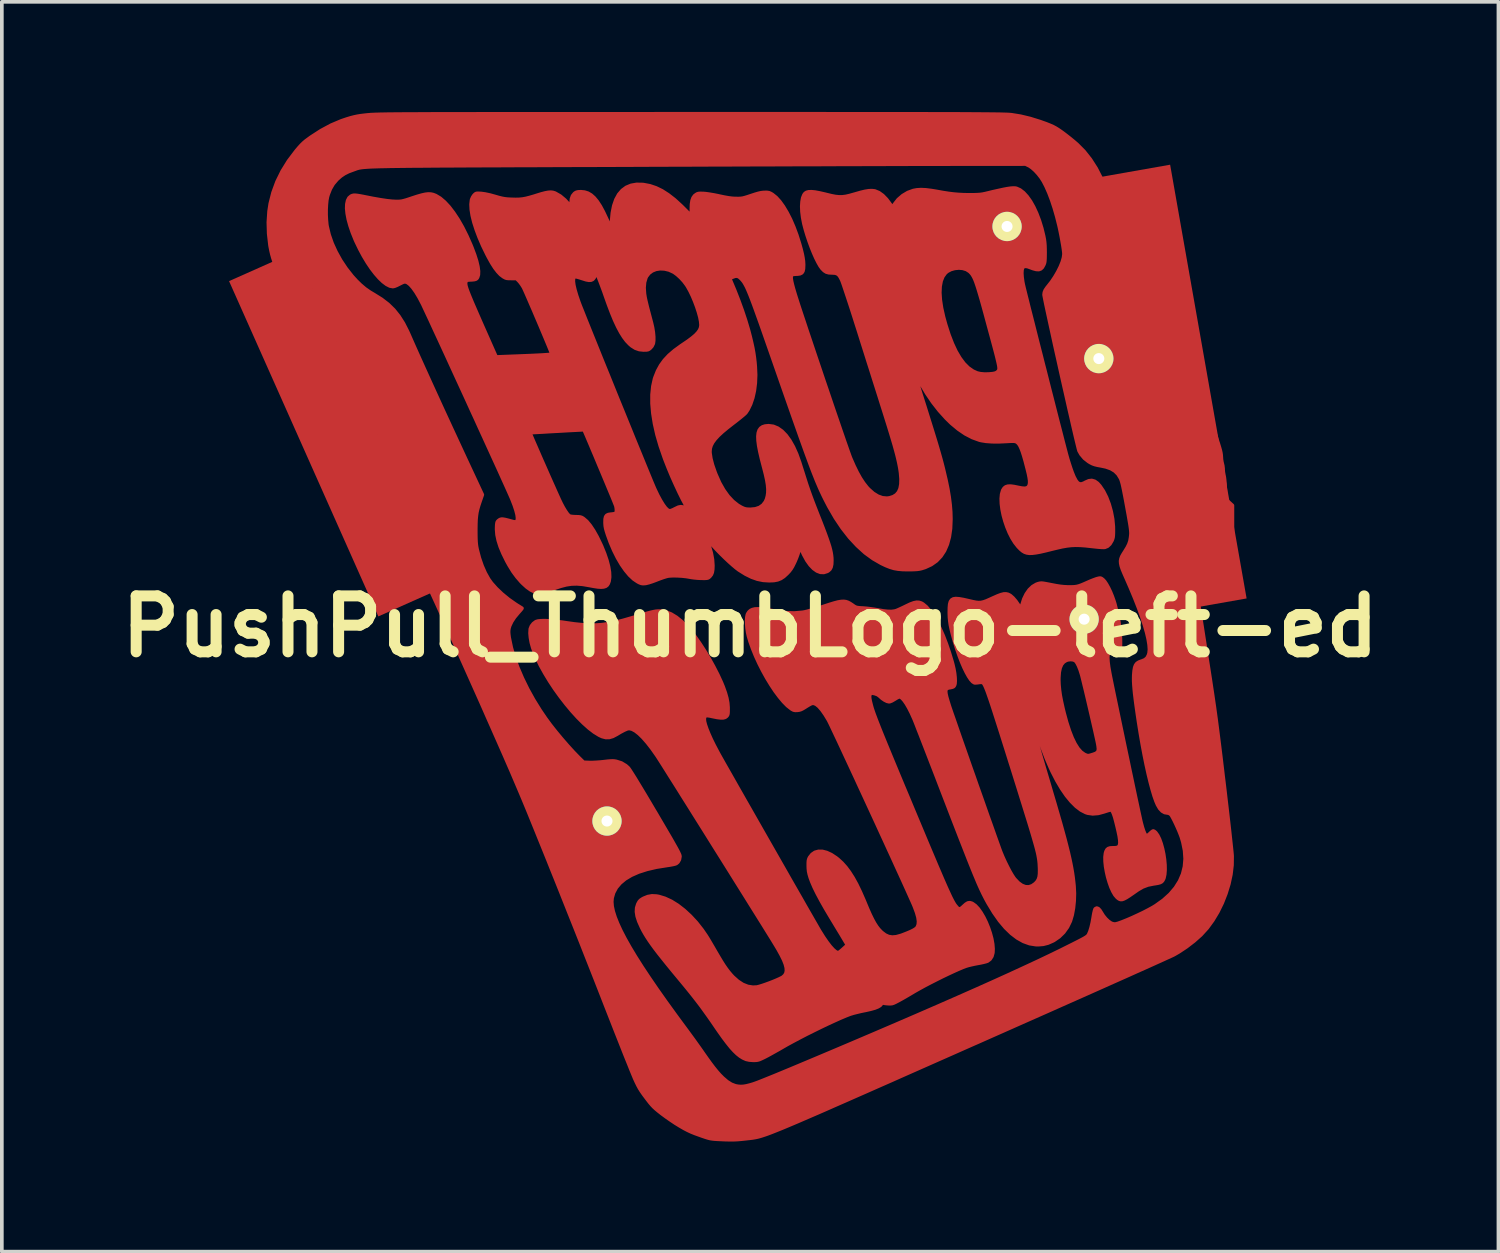
<source format=kicad_pcb>
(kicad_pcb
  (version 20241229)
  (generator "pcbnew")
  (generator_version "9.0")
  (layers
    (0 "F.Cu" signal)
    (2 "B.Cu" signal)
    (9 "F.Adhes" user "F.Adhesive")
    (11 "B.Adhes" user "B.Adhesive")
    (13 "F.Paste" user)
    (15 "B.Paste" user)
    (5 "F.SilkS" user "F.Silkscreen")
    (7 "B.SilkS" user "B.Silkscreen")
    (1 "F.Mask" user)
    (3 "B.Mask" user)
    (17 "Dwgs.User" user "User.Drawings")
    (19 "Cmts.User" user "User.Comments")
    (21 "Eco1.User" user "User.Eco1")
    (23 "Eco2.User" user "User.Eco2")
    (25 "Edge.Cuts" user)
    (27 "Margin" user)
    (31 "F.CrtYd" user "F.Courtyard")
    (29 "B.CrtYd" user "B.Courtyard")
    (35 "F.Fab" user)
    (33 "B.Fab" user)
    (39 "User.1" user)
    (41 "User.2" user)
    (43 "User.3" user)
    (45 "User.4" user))
  (footprint "PushPull_ThumbLogo-left-ed"
    (layer "F.Cu")
    (at 17.388 14.02)
    (property "Reference" "PushPull_ThumbLogo-left-ed" (at 0 0 0) (layer "F.SilkS") (effects (font (size 1.524 1.524) (thickness 0.3))))
    (attr through_hole)
    (fp_poly (pts (xy 13.14 -2.657) (xy 13.14 -2.493) (xy 13.14 -2.359) (xy 13.139 -2.252) (xy 13.138 -2.167) (xy 13.136 -2.102) (xy 13.133 -2.053) (xy 13.129 -2.016) (xy 13.123 -1.987) (xy 13.116 -1.963) (xy 13.106 -1.94) (xy 13.099 -1.924) (xy 13.05 -1.837) (xy 12.983 -1.751) (xy 12.908 -1.677) (xy 12.86 -1.642) (xy 12.819 -1.608) (xy 12.775 -1.558) (xy 12.751 -1.525) (xy 12.706 -1.464) (xy 12.651 -1.401) (xy 12.622 -1.372) (xy 12.579 -1.339) (xy 12.517 -1.299) (xy 12.444 -1.256) (xy 12.366 -1.215) (xy 12.292 -1.178) (xy 12.229 -1.151) (xy 12.183 -1.136) (xy 12.172 -1.135) (xy 12.146 -1.125) (xy 12.141 -1.112) (xy 12.144 -1.093) (xy 12.151 -1.042) (xy 12.163 -0.963) (xy 12.179 -0.856) (xy 12.2 -0.725) (xy 12.223 -0.572) (xy 12.25 -0.399) (xy 12.279 -0.208) (xy 12.312 -0.001) (xy 12.346 0.219) (xy 12.382 0.45) (xy 12.412 0.644) (xy 12.456 0.928) (xy 12.496 1.184) (xy 12.532 1.416) (xy 12.564 1.629) (xy 12.594 1.825) (xy 12.621 2.011) (xy 12.647 2.188) (xy 12.671 2.362) (xy 12.695 2.536) (xy 12.718 2.714) (xy 12.742 2.9) (xy 12.767 3.099) (xy 12.794 3.314) (xy 12.823 3.549) (xy 12.854 3.809) (xy 12.888 4.096) (xy 12.902 4.208) (xy 12.932 4.458) (xy 12.96 4.702) (xy 12.988 4.938) (xy 13.014 5.162) (xy 13.038 5.373) (xy 13.06 5.568) (xy 13.079 5.745) (xy 13.096 5.9) (xy 13.11 6.031) (xy 13.121 6.136) (xy 13.128 6.213) (xy 13.131 6.257) (xy 13.128 6.501) (xy 13.098 6.755) (xy 13.042 7.015) (xy 12.962 7.276) (xy 12.862 7.531) (xy 12.742 7.776) (xy 12.605 8.004) (xy 12.454 8.212) (xy 12.289 8.393) (xy 12.283 8.4) (xy 12.094 8.568) (xy 11.887 8.727) (xy 11.853 8.75) (xy 11.853 6.328) (xy 11.838 6.106) (xy 11.791 5.874) (xy 11.749 5.732) (xy 11.719 5.652) (xy 11.682 5.56) (xy 11.639 5.462) (xy 11.595 5.366) (xy 11.551 5.276) (xy 11.512 5.201) (xy 11.48 5.145) (xy 11.46 5.119) (xy 11.414 5.088) (xy 11.376 5.08) (xy 11.295 5.067) (xy 11.224 5.026) (xy 11.159 4.956) (xy 11.1 4.855) (xy 11.059 4.759) (xy 11.008 4.615) (xy 10.956 4.44) (xy 10.902 4.238) (xy 10.847 4.01) (xy 10.792 3.761) (xy 10.738 3.493) (xy 10.685 3.21) (xy 10.634 2.913) (xy 10.585 2.607) (xy 10.551 2.378) (xy 10.521 2.166) (xy 10.497 1.984) (xy 10.478 1.828) (xy 10.465 1.695) (xy 10.456 1.581) (xy 10.451 1.482) (xy 10.451 1.395) (xy 10.453 1.321) (xy 10.463 1.204) (xy 10.479 1.116) (xy 10.504 1.051) (xy 10.54 1.004) (xy 10.591 0.971) (xy 10.659 0.945) (xy 10.671 0.942) (xy 10.757 0.906) (xy 10.817 0.852) (xy 10.856 0.776) (xy 10.871 0.721) (xy 10.88 0.622) (xy 10.871 0.496) (xy 10.846 0.343) (xy 10.805 0.166) (xy 10.747 -0.035) (xy 10.674 -0.258) (xy 10.586 -0.502) (xy 10.483 -0.765) (xy 10.366 -1.046) (xy 10.251 -1.309) (xy 10.191 -1.445) (xy 10.145 -1.555) (xy 10.114 -1.646) (xy 10.098 -1.721) (xy 10.094 -1.787) (xy 10.105 -1.847) (xy 10.128 -1.908) (xy 10.165 -1.974) (xy 10.209 -2.043) (xy 10.274 -2.149) (xy 10.32 -2.241) (xy 10.35 -2.331) (xy 10.367 -2.429) (xy 10.373 -2.487) (xy 10.376 -2.523) (xy 10.376 -2.562) (xy 10.373 -2.606) (xy 10.368 -2.659) (xy 10.359 -2.726) (xy 10.346 -2.81) (xy 10.328 -2.914) (xy 10.306 -3.042) (xy 10.277 -3.199) (xy 10.263 -3.277) (xy 10.231 -3.451) (xy 10.203 -3.596) (xy 10.18 -3.714) (xy 10.16 -3.809) (xy 10.143 -3.884) (xy 10.127 -3.942) (xy 10.113 -3.988) (xy 10.099 -4.025) (xy 10.091 -4.041) (xy 10.025 -4.149) (xy 9.938 -4.236) (xy 9.829 -4.302) (xy 9.694 -4.35) (xy 9.576 -4.375) (xy 9.473 -4.394) (xy 9.394 -4.413) (xy 9.329 -4.436) (xy 9.268 -4.467) (xy 9.22 -4.496) (xy 9.108 -4.584) (xy 9.016 -4.693) (xy 8.963 -4.786) (xy 8.955 -4.812) (xy 8.94 -4.869) (xy 8.919 -4.955) (xy 8.892 -5.066) (xy 8.86 -5.2) (xy 8.824 -5.355) (xy 8.784 -5.528) (xy 8.741 -5.717) (xy 8.694 -5.919) (xy 8.646 -6.133) (xy 8.596 -6.354) (xy 8.544 -6.582) (xy 8.492 -6.813) (xy 8.44 -7.046) (xy 8.389 -7.276) (xy 8.338 -7.503) (xy 8.289 -7.724) (xy 8.243 -7.936) (xy 8.199 -8.137) (xy 8.158 -8.324) (xy 8.121 -8.495) (xy 8.088 -8.647) (xy 8.06 -8.778) (xy 8.038 -8.886) (xy 8.022 -8.967) (xy 8.012 -9.02) (xy 8.009 -9.041) (xy 8.017 -9.103) (xy 8.042 -9.164) (xy 8.089 -9.233) (xy 8.118 -9.269) (xy 8.215 -9.393) (xy 8.304 -9.526) (xy 8.384 -9.664) (xy 8.452 -9.8) (xy 8.504 -9.928) (xy 8.538 -10.044) (xy 8.551 -10.142) (xy 8.551 -10.15) (xy 8.548 -10.2) (xy 8.538 -10.279) (xy 8.523 -10.378) (xy 8.503 -10.492) (xy 8.481 -10.615) (xy 8.456 -10.742) (xy 8.43 -10.866) (xy 8.415 -10.931) (xy 8.356 -11.167) (xy 8.29 -11.396) (xy 8.218 -11.614) (xy 8.142 -11.815) (xy 8.064 -11.992) (xy 7.991 -12.133) (xy 7.926 -12.235) (xy 7.848 -12.335) (xy 7.765 -12.425) (xy 7.682 -12.499) (xy 7.607 -12.551) (xy 7.596 -12.556) (xy 7.506 -12.6) (xy 5.586 -12.599) (xy 5.431 -12.598) (xy 5.244 -12.598) (xy 5.026 -12.598) (xy 4.778 -12.597) (xy 4.503 -12.597) (xy 4.203 -12.596) (xy 3.877 -12.595) (xy 3.529 -12.594) (xy 3.159 -12.593) (xy 2.769 -12.592) (xy 2.361 -12.591) (xy 1.937 -12.589) (xy 1.497 -12.588) (xy 1.044 -12.587) (xy 0.579 -12.585) (xy 0.103 -12.584) (xy -0.382 -12.582) (xy -0.874 -12.581) (xy -1.371 -12.579) (xy -1.873 -12.577) (xy -2.378 -12.576) (xy -2.883 -12.574) (xy -3.336 -12.572) (xy -3.923 -12.57) (xy -4.477 -12.568) (xy -5 -12.567) (xy -5.491 -12.565) (xy -5.953 -12.563) (xy -6.385 -12.562) (xy -6.79 -12.56) (xy -7.168 -12.559) (xy -7.519 -12.557) (xy -7.846 -12.556) (xy -8.148 -12.554) (xy -8.428 -12.553) (xy -8.685 -12.551) (xy -8.921 -12.549) (xy -9.137 -12.548) (xy -9.334 -12.546) (xy -9.513 -12.544) (xy -9.674 -12.542) (xy -9.82 -12.54) (xy -9.95 -12.537) (xy -10.066 -12.535) (xy -10.168 -12.532) (xy -10.259 -12.529) (xy -10.338 -12.526) (xy -10.406 -12.522) (xy -10.466 -12.518) (xy -10.516 -12.514) (xy -10.56 -12.51) (xy -10.597 -12.505) (xy -10.629 -12.5) (xy -10.656 -12.495) (xy -10.68 -12.489) (xy -10.701 -12.483) (xy -10.721 -12.477) (xy -10.74 -12.47) (xy -10.76 -12.462) (xy -10.781 -12.455) (xy -10.805 -12.446) (xy -10.808 -12.445) (xy -10.943 -12.395) (xy -11.055 -12.339) (xy -11.152 -12.274) (xy -11.244 -12.193) (xy -11.261 -12.176) (xy -11.361 -12.058) (xy -11.438 -11.926) (xy -11.498 -11.774) (xy -11.517 -11.709) (xy -11.535 -11.614) (xy -11.547 -11.494) (xy -11.554 -11.359) (xy -11.554 -11.217) (xy -11.547 -11.078) (xy -11.535 -10.951) (xy -11.526 -10.897) (xy -11.472 -10.672) (xy -11.391 -10.44) (xy -11.284 -10.206) (xy -11.156 -9.975) (xy -11.008 -9.753) (xy -10.845 -9.545) (xy -10.737 -9.426) (xy -10.612 -9.303) (xy -10.492 -9.202) (xy -10.366 -9.114) (xy -10.247 -9.043) (xy -10.043 -8.916) (xy -9.865 -8.779) (xy -9.709 -8.627) (xy -9.572 -8.456) (xy -9.448 -8.261) (xy -9.335 -8.039) (xy -9.312 -7.988) (xy -9.186 -7.702) (xy -9.046 -7.388) (xy -8.892 -7.047) (xy -8.726 -6.681) (xy -8.548 -6.291) (xy -8.36 -5.88) (xy -8.161 -5.449) (xy -7.953 -5) (xy -7.737 -4.534) (xy -7.686 -4.425) (xy -7.297 -3.591) (xy -7.355 -3.425) (xy -7.394 -3.309) (xy -7.424 -3.206) (xy -7.446 -3.11) (xy -7.46 -3.013) (xy -7.47 -2.906) (xy -7.474 -2.782) (xy -7.476 -2.633) (xy -7.476 -2.616) (xy -7.475 -2.488) (xy -7.473 -2.388) (xy -7.469 -2.307) (xy -7.463 -2.24) (xy -7.455 -2.179) (xy -7.443 -2.118) (xy -7.438 -2.095) (xy -7.378 -1.866) (xy -7.304 -1.652) (xy -7.219 -1.459) (xy -7.125 -1.291) (xy -7.048 -1.183) (xy -6.915 -1.034) (xy -6.757 -0.884) (xy -6.581 -0.74) (xy -6.393 -0.608) (xy -6.342 -0.575) (xy -6.286 -0.541) (xy -6.243 -0.514) (xy -6.219 -0.499) (xy -6.217 -0.497) (xy -6.224 -0.484) (xy -6.251 -0.451) (xy -6.291 -0.405) (xy -6.318 -0.375) (xy -6.419 -0.254) (xy -6.498 -0.134) (xy -6.552 -0.019) (xy -6.572 0.049) (xy -6.58 0.102) (xy -6.582 0.154) (xy -6.577 0.217) (xy -6.566 0.301) (xy -6.562 0.321) (xy -6.509 0.574) (xy -6.431 0.843) (xy -6.329 1.123) (xy -6.205 1.412) (xy -6.062 1.704) (xy -5.9 1.997) (xy -5.722 2.284) (xy -5.571 2.506) (xy -5.444 2.679) (xy -5.299 2.863) (xy -5.142 3.052) (xy -4.981 3.238) (xy -4.822 3.413) (xy -4.672 3.568) (xy -4.624 3.615) (xy -4.537 3.7) (xy -4.374 3.706) (xy -4.291 3.706) (xy -4.187 3.701) (xy -4.076 3.693) (xy -3.979 3.683) (xy -3.878 3.671) (xy -3.801 3.665) (xy -3.742 3.663) (xy -3.692 3.667) (xy -3.647 3.675) (xy -3.508 3.719) (xy -3.386 3.793) (xy -3.322 3.85) (xy -3.3 3.878) (xy -3.262 3.935) (xy -3.208 4.019) (xy -3.14 4.127) (xy -3.059 4.261) (xy -2.965 4.416) (xy -2.858 4.594) (xy -2.741 4.791) (xy -2.613 5.008) (xy -2.583 5.057) (xy -2.459 5.269) (xy -2.351 5.453) (xy -2.258 5.612) (xy -2.178 5.748) (xy -2.112 5.863) (xy -2.058 5.959) (xy -2.014 6.037) (xy -1.98 6.1) (xy -1.954 6.151) (xy -1.936 6.19) (xy -1.923 6.219) (xy -1.917 6.242) (xy -1.914 6.259) (xy -1.913 6.265) (xy -1.928 6.35) (xy -1.968 6.419) (xy -2.013 6.456) (xy -2.047 6.469) (xy -2.106 6.483) (xy -2.183 6.497) (xy -2.267 6.51) (xy -2.268 6.51) (xy -2.556 6.556) (xy -2.813 6.616) (xy -3.041 6.689) (xy -3.238 6.776) (xy -3.405 6.876) (xy -3.541 6.989) (xy -3.647 7.114) (xy -3.721 7.253) (xy -3.762 7.396) (xy -3.771 7.501) (xy -3.761 7.624) (xy -3.731 7.763) (xy -3.681 7.921) (xy -3.611 8.096) (xy -3.521 8.291) (xy -3.41 8.505) (xy -3.278 8.739) (xy -3.125 8.994) (xy -2.95 9.27) (xy -2.753 9.567) (xy -2.534 9.887) (xy -2.292 10.23) (xy -2.027 10.596) (xy -1.812 10.888) (xy -1.721 11.011) (xy -1.628 11.138) (xy -1.536 11.264) (xy -1.451 11.383) (xy -1.376 11.488) (xy -1.316 11.573) (xy -1.304 11.591) (xy -1.186 11.759) (xy -1.083 11.902) (xy -0.992 12.022) (xy -0.91 12.123) (xy -0.834 12.21) (xy -0.761 12.284) (xy -0.748 12.297) (xy -0.628 12.4) (xy -0.514 12.472) (xy -0.401 12.515) (xy -0.325 12.529) (xy -0.253 12.534) (xy -0.181 12.53) (xy -0.101 12.517) (xy -0.006 12.493) (xy 0.085 12.466) (xy 0.142 12.446) (xy 0.231 12.413) (xy 0.349 12.366) (xy 0.498 12.306) (xy 0.676 12.234) (xy 0.884 12.148) (xy 1.12 12.05) (xy 1.385 11.939) (xy 1.678 11.816) (xy 1.999 11.681) (xy 2.347 11.534) (xy 2.684 11.391) (xy 3.339 11.112) (xy 3.962 10.845) (xy 4.555 10.589) (xy 5.116 10.345) (xy 5.645 10.113) (xy 6.143 9.893) (xy 6.61 9.684) (xy 7.045 9.487) (xy 7.449 9.301) (xy 7.821 9.128) (xy 8.162 8.966) (xy 8.47 8.816) (xy 8.644 8.729) (xy 8.787 8.658) (xy 8.903 8.599) (xy 8.995 8.552) (xy 9.065 8.515) (xy 9.118 8.485) (xy 9.156 8.461) (xy 9.183 8.441) (xy 9.202 8.423) (xy 9.215 8.405) (xy 9.225 8.388) (xy 9.258 8.31) (xy 9.291 8.203) (xy 9.322 8.072) (xy 9.349 7.922) (xy 9.354 7.888) (xy 9.368 7.812) (xy 9.383 7.748) (xy 9.397 7.704) (xy 9.405 7.691) (xy 9.443 7.672) (xy 9.484 7.686) (xy 9.529 7.733) (xy 9.565 7.791) (xy 9.623 7.883) (xy 9.691 7.966) (xy 9.763 8.034) (xy 9.832 8.081) (xy 9.867 8.095) (xy 9.915 8.106) (xy 9.959 8.105) (xy 10.015 8.091) (xy 10.028 8.087) (xy 10.139 8.047) (xy 10.27 7.994) (xy 10.414 7.932) (xy 10.563 7.863) (xy 10.71 7.793) (xy 10.846 7.723) (xy 10.965 7.658) (xy 11.049 7.607) (xy 11.261 7.455) (xy 11.44 7.293) (xy 11.587 7.12) (xy 11.702 6.937) (xy 11.785 6.744) (xy 11.835 6.541) (xy 11.853 6.328) (xy 11.853 8.75) (xy 11.674 8.868) (xy 11.551 8.939) (xy 11.521 8.954) (xy 11.461 8.982) (xy 11.373 9.022) (xy 11.257 9.075) (xy 11.115 9.139) (xy 10.947 9.215) (xy 10.756 9.301) (xy 10.542 9.396) (xy 10.307 9.502) (xy 10.051 9.616) (xy 9.775 9.739) (xy 9.482 9.87) (xy 9.172 10.008) (xy 8.846 10.153) (xy 8.505 10.304) (xy 8.151 10.462) (xy 7.785 10.624) (xy 7.408 10.791) (xy 7.021 10.963) (xy 6.626 11.138) (xy 6.223 11.317) (xy 6.045 11.395) (xy 5.549 11.615) (xy 5.083 11.821) (xy 4.645 12.015) (xy 4.236 12.196) (xy 3.854 12.366) (xy 3.497 12.523) (xy 3.165 12.67) (xy 2.858 12.805) (xy 2.573 12.931) (xy 2.31 13.046) (xy 2.068 13.153) (xy 1.846 13.25) (xy 1.642 13.338) (xy 1.457 13.418) (xy 1.288 13.491) (xy 1.135 13.556) (xy 0.997 13.614) (xy 0.873 13.666) (xy 0.761 13.711) (xy 0.661 13.751) (xy 0.572 13.786) (xy 0.493 13.816) (xy 0.423 13.841) (xy 0.36 13.862) (xy 0.304 13.88) (xy 0.253 13.895) (xy 0.207 13.907) (xy 0.165 13.916) (xy 0.126 13.924) (xy 0.088 13.93) (xy 0.051 13.936) (xy 0.014 13.94) (xy -0.025 13.945) (xy -0.067 13.949) (xy -0.106 13.954) (xy -0.231 13.967) (xy -0.343 13.977) (xy -0.452 13.982) (xy -0.566 13.982) (xy -0.693 13.979) (xy -0.843 13.972) (xy -0.889 13.97) (xy -0.964 13.965) (xy -1.026 13.959) (xy -1.083 13.95) (xy -1.141 13.936) (xy -1.21 13.915) (xy -1.296 13.886) (xy -1.38 13.856) (xy -1.505 13.811) (xy -1.608 13.769) (xy -1.702 13.725) (xy -1.798 13.675) (xy -1.908 13.611) (xy -1.927 13.6) (xy -2.036 13.533) (xy -2.157 13.452) (xy -2.278 13.368) (xy -2.387 13.288) (xy -2.419 13.264) (xy -2.506 13.195) (xy -2.574 13.138) (xy -2.63 13.086) (xy -2.681 13.032) (xy -2.734 12.969) (xy -2.796 12.889) (xy -2.836 12.836) (xy -2.909 12.738) (xy -2.965 12.657) (xy -3.012 12.582) (xy -3.054 12.505) (xy -3.098 12.416) (xy -3.146 12.311) (xy -3.168 12.258) (xy -3.202 12.176) (xy -3.247 12.067) (xy -3.3 11.934) (xy -3.363 11.779) (xy -3.433 11.604) (xy -3.509 11.411) (xy -3.591 11.204) (xy -3.678 10.984) (xy -3.768 10.754) (xy -3.862 10.515) (xy -3.957 10.272) (xy -3.991 10.185) (xy -4.1 9.906) (xy -4.22 9.6) (xy -4.349 9.273) (xy -4.484 8.931) (xy -4.623 8.578) (xy -4.765 8.22) (xy -4.908 7.862) (xy -5.048 7.51) (xy -5.184 7.168) (xy -5.315 6.841) (xy -5.438 6.536) (xy -5.495 6.392) (xy -5.618 6.088) (xy -5.73 5.812) (xy -5.832 5.559) (xy -5.927 5.326) (xy -6.015 5.109) (xy -6.099 4.905) (xy -6.18 4.71) (xy -6.26 4.52) (xy -6.34 4.332) (xy -6.421 4.142) (xy -6.505 3.945) (xy -6.595 3.739) (xy -6.69 3.52) (xy -6.794 3.284) (xy -6.907 3.028) (xy -7.031 2.747) (xy -7.138 2.506) (xy -7.258 2.233) (xy -7.384 1.949) (xy -7.514 1.658) (xy -7.646 1.363) (xy -7.778 1.068) (xy -7.908 0.778) (xy -8.035 0.495) (xy -8.157 0.224) (xy -8.272 -0.032) (xy -8.379 -0.268) (xy -8.476 -0.481) (xy -8.56 -0.667) (xy -8.563 -0.673) (xy -9.131 -1.913) (xy -9.176 -1.901) (xy -9.212 -1.895) (xy -9.272 -1.891) (xy -9.345 -1.888) (xy -9.374 -1.888) (xy -9.443 -1.889) (xy -9.494 -1.892) (xy -9.538 -1.902) (xy -9.586 -1.919) (xy -9.647 -1.948) (xy -9.696 -1.973) (xy -9.836 -2.056) (xy -9.962 -2.155) (xy -10.066 -2.264) (xy -10.135 -2.364) (xy -10.17 -2.416) (xy -10.219 -2.479) (xy -10.274 -2.543) (xy -10.288 -2.557) (xy -10.342 -2.616) (xy -10.392 -2.676) (xy -10.429 -2.726) (xy -10.436 -2.737) (xy -10.475 -2.788) (xy -10.527 -2.842) (xy -10.56 -2.872) (xy -10.645 -2.946) (xy -10.729 -3.026) (xy -10.804 -3.107) (xy -10.865 -3.18) (xy -10.9 -3.23) (xy -10.94 -3.295) (xy -10.986 -3.362) (xy -11.003 -3.385) (xy -11.04 -3.444) (xy -11.07 -3.508) (xy -11.079 -3.535) (xy -11.108 -3.603) (xy -11.16 -3.678) (xy -11.18 -3.703) (xy -11.266 -3.82) (xy -11.346 -3.967) (xy -11.42 -4.144) (xy -11.487 -4.348) (xy -11.527 -4.496) (xy -11.548 -4.567) (xy -11.575 -4.638) (xy -11.591 -4.674) (xy -11.62 -4.738) (xy -11.644 -4.806) (xy -11.649 -4.826) (xy -11.668 -4.882) (xy -11.695 -4.952) (xy -11.721 -5.008) (xy -11.754 -5.086) (xy -11.773 -5.162) (xy -11.782 -5.245) (xy -11.79 -5.323) (xy -11.806 -5.39) (xy -11.833 -5.46) (xy -11.856 -5.511) (xy -11.885 -5.573) (xy -11.908 -5.625) (xy -11.92 -5.659) (xy -11.921 -5.665) (xy -11.926 -5.693) (xy -11.94 -5.742) (xy -11.96 -5.804) (xy -11.982 -5.87) (xy -12.003 -5.929) (xy -12.021 -5.972) (xy -12.026 -5.984) (xy -12.039 -6.015) (xy -12.058 -6.07) (xy -12.08 -6.139) (xy -12.092 -6.178) (xy -12.122 -6.268) (xy -12.152 -6.337) (xy -12.18 -6.381) (xy -12.181 -6.382) (xy -12.206 -6.414) (xy -12.243 -6.468) (xy -12.285 -6.535) (xy -12.328 -6.606) (xy -12.367 -6.672) (xy -12.396 -6.726) (xy -12.407 -6.752) (xy -12.424 -6.784) (xy -12.456 -6.833) (xy -12.494 -6.89) (xy -12.534 -6.944) (xy -12.567 -6.986) (xy -12.568 -6.987) (xy -12.59 -7.017) (xy -12.621 -7.069) (xy -12.657 -7.134) (xy -12.678 -7.173) (xy -12.717 -7.249) (xy -12.757 -7.325) (xy -12.789 -7.388) (xy -12.8 -7.408) (xy -12.821 -7.452) (xy -12.834 -7.494) (xy -12.841 -7.543) (xy -12.844 -7.61) (xy -12.844 -7.662) (xy -12.842 -7.749) (xy -12.837 -7.813) (xy -12.826 -7.863) (xy -12.808 -7.909) (xy -12.807 -7.912) (xy -12.75 -8.005) (xy -12.671 -8.094) (xy -12.58 -8.17) (xy -12.516 -8.208) (xy -12.449 -8.243) (xy -12.383 -8.284) (xy -12.35 -8.308) (xy -12.305 -8.34) (xy -12.27 -8.362) (xy -12.258 -8.368) (xy -12.26 -8.385) (xy -12.277 -8.431) (xy -12.309 -8.504) (xy -12.354 -8.603) (xy -12.413 -8.728) (xy -12.485 -8.877) (xy -12.546 -9) (xy -12.649 -9.211) (xy -12.737 -9.395) (xy -12.811 -9.557) (xy -12.874 -9.699) (xy -12.926 -9.826) (xy -12.969 -9.941) (xy -13.004 -10.048) (xy -13.032 -10.149) (xy -13.055 -10.25) (xy -13.075 -10.352) (xy -13.081 -10.387) (xy -13.117 -10.704) (xy -13.126 -11.014) (xy -13.106 -11.315) (xy -13.074 -11.523) (xy -12.998 -11.823) (xy -12.89 -12.117) (xy -12.749 -12.404) (xy -12.576 -12.684) (xy -12.371 -12.955) (xy -12.363 -12.965) (xy -12.29 -13.051) (xy -12.229 -13.118) (xy -12.171 -13.175) (xy -12.109 -13.228) (xy -12.032 -13.285) (xy -11.966 -13.333) (xy -11.691 -13.511) (xy -11.413 -13.66) (xy -11.136 -13.777) (xy -10.988 -13.827) (xy -10.882 -13.859) (xy -10.793 -13.882) (xy -10.709 -13.9) (xy -10.621 -13.915) (xy -10.517 -13.928) (xy -10.422 -13.938) (xy -10.398 -13.94) (xy -10.373 -13.942) (xy -10.345 -13.945) (xy -10.314 -13.947) (xy -10.279 -13.948) (xy -10.239 -13.95) (xy -10.193 -13.952) (xy -10.14 -13.953) (xy -10.079 -13.955) (xy -10.01 -13.956) (xy -9.931 -13.958) (xy -9.842 -13.959) (xy -9.741 -13.96) (xy -9.628 -13.961) (xy -9.502 -13.962) (xy -9.361 -13.963) (xy -9.206 -13.963) (xy -9.035 -13.964) (xy -8.847 -13.965) (xy -8.642 -13.966) (xy -8.418 -13.966) (xy -8.174 -13.967) (xy -7.91 -13.967) (xy -7.625 -13.967) (xy -7.318 -13.968) (xy -6.987 -13.968) (xy -6.632 -13.968) (xy -6.253 -13.969) (xy -5.848 -13.969) (xy -5.416 -13.969) (xy -4.956 -13.969) (xy -4.468 -13.969) (xy -3.951 -13.969) (xy -3.403 -13.969) (xy -2.824 -13.969) (xy -2.213 -13.97) (xy -1.617 -13.97) (xy -0.972 -13.97) (xy -0.361 -13.97) (xy 0.219 -13.97) (xy 0.767 -13.97) (xy 1.285 -13.97) (xy 1.774 -13.97) (xy 2.234 -13.969) (xy 2.666 -13.969) (xy 3.072 -13.969) (xy 3.452 -13.969) (xy 3.806 -13.969) (xy 4.137 -13.968) (xy 4.444 -13.968) (xy 4.729 -13.968) (xy 4.993 -13.967) (xy 5.236 -13.967) (xy 5.459 -13.966) (xy 5.663 -13.966) (xy 5.85 -13.965) (xy 6.019 -13.964) (xy 6.173 -13.963) (xy 6.311 -13.962) (xy 6.435 -13.961) (xy 6.545 -13.96) (xy 6.642 -13.959) (xy 6.728 -13.958) (xy 6.803 -13.957) (xy 6.868 -13.955) (xy 6.924 -13.954) (xy 6.972 -13.952) (xy 7.013 -13.951) (xy 7.047 -13.949) (xy 7.075 -13.947) (xy 7.099 -13.945) (xy 7.119 -13.943) (xy 7.12 -13.943) (xy 7.367 -13.903) (xy 7.629 -13.84) (xy 7.903 -13.755) (xy 8.07 -13.695) (xy 8.17 -13.655) (xy 8.251 -13.619) (xy 8.321 -13.582) (xy 8.392 -13.538) (xy 8.474 -13.482) (xy 8.518 -13.45) (xy 8.612 -13.379) (xy 8.715 -13.298) (xy 8.815 -13.216) (xy 8.9 -13.143) (xy 8.906 -13.138) (xy 9.096 -12.947) (xy 9.27 -12.727) (xy 9.427 -12.481) (xy 9.566 -12.21) (xy 9.686 -11.918) (xy 9.711 -11.845) (xy 9.803 -11.574) (xy 9.94 -11.564) (xy 10.028 -11.553) (xy 10.099 -11.535) (xy 10.173 -11.504) (xy 10.189 -11.496) (xy 10.316 -11.417) (xy 10.425 -11.322) (xy 10.509 -11.215) (xy 10.529 -11.181) (xy 10.567 -11.118) (xy 10.613 -11.057) (xy 10.643 -11.024) (xy 10.719 -10.938) (xy 10.798 -10.826) (xy 10.875 -10.693) (xy 10.897 -10.651) (xy 10.934 -10.58) (xy 10.973 -10.511) (xy 11.006 -10.458) (xy 11.009 -10.452) (xy 11.041 -10.399) (xy 11.077 -10.33) (xy 11.107 -10.261) (xy 11.178 -10.129) (xy 11.24 -10.052) (xy 11.29 -9.995) (xy 11.335 -9.934) (xy 11.362 -9.889) (xy 11.391 -9.837) (xy 11.43 -9.771) (xy 11.471 -9.705) (xy 11.472 -9.704) (xy 11.576 -9.537) (xy 11.661 -9.392) (xy 11.726 -9.268) (xy 11.774 -9.16) (xy 11.805 -9.066) (xy 11.821 -8.992) (xy 11.836 -8.916) (xy 11.857 -8.843) (xy 11.878 -8.788) (xy 11.897 -8.745) (xy 11.921 -8.676) (xy 11.95 -8.592) (xy 11.978 -8.499) (xy 11.988 -8.467) (xy 12.016 -8.371) (xy 12.044 -8.278) (xy 12.069 -8.198) (xy 12.088 -8.137) (xy 12.092 -8.124) (xy 12.111 -8.051) (xy 12.122 -7.973) (xy 12.124 -7.935) (xy 12.128 -7.873) (xy 12.136 -7.817) (xy 12.142 -7.795) (xy 12.154 -7.753) (xy 12.166 -7.692) (xy 12.175 -7.628) (xy 12.189 -7.526) (xy 12.205 -7.421) (xy 12.222 -7.32) (xy 12.238 -7.234) (xy 12.253 -7.168) (xy 12.259 -7.146) (xy 12.271 -7.094) (xy 12.277 -7.048) (xy 12.277 -7.046) (xy 12.284 -7.009) (xy 12.303 -6.955) (xy 12.321 -6.915) (xy 12.356 -6.819) (xy 12.376 -6.702) (xy 12.378 -6.685) (xy 12.397 -6.53) (xy 12.426 -6.382) (xy 12.469 -6.223) (xy 12.473 -6.209) (xy 12.493 -6.142) (xy 12.507 -6.084) (xy 12.514 -6.045) (xy 12.514 -6.04) (xy 12.519 -6.002) (xy 12.531 -5.948) (xy 12.539 -5.919) (xy 12.553 -5.861) (xy 12.565 -5.785) (xy 12.574 -5.704) (xy 12.575 -5.691) (xy 12.593 -5.554) (xy 12.629 -5.392) (xy 12.683 -5.203) (xy 12.709 -5.122) (xy 12.753 -4.988) (xy 12.786 -4.881) (xy 12.81 -4.795) (xy 12.825 -4.727) (xy 12.833 -4.672) (xy 12.836 -4.626) (xy 12.841 -4.553) (xy 12.853 -4.477) (xy 12.861 -4.447) (xy 12.877 -4.377) (xy 12.886 -4.302) (xy 12.886 -4.28) (xy 12.891 -4.211) (xy 12.904 -4.136) (xy 12.91 -4.109) (xy 12.919 -4.062) (xy 12.928 -3.988) (xy 12.936 -3.898) (xy 12.942 -3.798) (xy 12.944 -3.745) (xy 12.954 -3.469) (xy 13.047 -3.384) (xy 13.14 -3.299) (xy 13.14 -2.657)) (stroke (width 0.1) (type solid)) (fill yes) (layer "F.Cu"))
    (fp_poly (pts (xy 11.304 6.632) (xy 11.295 6.752) (xy 11.274 6.85) (xy 11.259 6.886) (xy 11.237 6.925) (xy 11.209 6.954) (xy 11.17 6.975) (xy 11.113 6.991) (xy 11.032 7.005) (xy 10.99 7.011) (xy 10.836 7.042) (xy 10.698 7.094) (xy 10.563 7.172) (xy 10.536 7.191) (xy 10.417 7.274) (xy 10.322 7.339) (xy 10.246 7.387) (xy 10.187 7.418) (xy 10.139 7.435) (xy 10.1 7.438) (xy 10.066 7.429) (xy 10.033 7.409) (xy 9.999 7.381) (xy 9.941 7.314) (xy 9.886 7.219) (xy 9.833 7.103) (xy 9.786 6.97) (xy 9.744 6.828) (xy 9.711 6.682) (xy 9.686 6.539) (xy 9.672 6.403) (xy 9.67 6.282) (xy 9.682 6.18) (xy 9.697 6.129) (xy 9.723 6.08) (xy 9.758 6.05) (xy 9.81 6.034) (xy 9.887 6.03) (xy 9.908 6.03) (xy 9.968 6.028) (xy 10.015 6.016) (xy 10.048 5.992) (xy 10.068 5.952) (xy 10.076 5.893) (xy 10.072 5.814) (xy 10.057 5.71) (xy 10.03 5.579) (xy 10 5.45) (xy 9.964 5.305) (xy 9.933 5.19) (xy 9.904 5.105) (xy 9.878 5.045) (xy 9.854 5.01) (xy 9.829 4.996) (xy 9.824 4.995) (xy 9.795 5.001) (xy 9.744 5.015) (xy 9.678 5.036) (xy 9.642 5.048) (xy 9.491 5.089) (xy 9.491 3.337) (xy 9.483 3.259) (xy 9.474 3.204) (xy 9.463 3.149) (xy 9.445 3.065) (xy 9.421 2.958) (xy 9.393 2.831) (xy 9.36 2.689) (xy 9.325 2.535) (xy 9.288 2.375) (xy 9.25 2.211) (xy 9.212 2.048) (xy 9.175 1.891) (xy 9.14 1.743) (xy 9.107 1.609) (xy 9.079 1.493) (xy 9.056 1.399) (xy 9.039 1.331) (xy 9.031 1.304) (xy 8.991 1.177) (xy 8.949 1.072) (xy 8.908 0.991) (xy 8.869 0.939) (xy 8.86 0.93) (xy 8.805 0.906) (xy 8.734 0.898) (xy 8.657 0.907) (xy 8.613 0.921) (xy 8.542 0.965) (xy 8.486 1.032) (xy 8.446 1.124) (xy 8.421 1.242) (xy 8.41 1.389) (xy 8.409 1.456) (xy 8.414 1.588) (xy 8.427 1.726) (xy 8.448 1.875) (xy 8.48 2.041) (xy 8.522 2.229) (xy 8.552 2.353) (xy 8.623 2.613) (xy 8.697 2.841) (xy 8.773 3.036) (xy 8.852 3.198) (xy 8.934 3.327) (xy 9.018 3.422) (xy 9.105 3.484) (xy 9.118 3.49) (xy 9.161 3.509) (xy 9.193 3.518) (xy 9.226 3.518) (xy 9.27 3.508) (xy 9.335 3.488) (xy 9.337 3.488) (xy 9.409 3.462) (xy 9.456 3.432) (xy 9.483 3.393) (xy 9.491 3.337) (xy 9.491 5.089) (xy 9.482 5.091) (xy 9.334 5.103) (xy 9.199 5.084) (xy 9.144 5.066) (xy 9.014 4.999) (xy 8.882 4.899) (xy 8.75 4.767) (xy 8.617 4.606) (xy 8.486 4.415) (xy 8.357 4.197) (xy 8.231 3.952) (xy 8.185 3.854) (xy 8.076 3.602) (xy 7.969 3.323) (xy 7.864 3.024) (xy 7.764 2.709) (xy 7.67 2.387) (xy 7.585 2.062) (xy 7.511 1.743) (xy 7.466 1.524) (xy 7.451 1.447) (xy 7.437 1.383) (xy 7.427 1.339) (xy 7.422 1.322) (xy 7.407 1.325) (xy 7.398 1.333) (xy 7.386 1.365) (xy 7.381 1.424) (xy 7.384 1.505) (xy 7.395 1.602) (xy 7.413 1.709) (xy 7.426 1.773) (xy 7.444 1.848) (xy 7.472 1.955) (xy 7.509 2.091) (xy 7.554 2.256) (xy 7.608 2.449) (xy 7.67 2.668) (xy 7.74 2.911) (xy 7.818 3.179) (xy 7.902 3.469) (xy 7.993 3.78) (xy 8.091 4.111) (xy 8.194 4.461) (xy 8.204 4.496) (xy 8.297 4.809) (xy 8.379 5.092) (xy 8.453 5.348) (xy 8.517 5.579) (xy 8.574 5.788) (xy 8.623 5.978) (xy 8.666 6.15) (xy 8.702 6.308) (xy 8.733 6.454) (xy 8.759 6.589) (xy 8.781 6.718) (xy 8.799 6.843) (xy 8.813 6.965) (xy 8.824 7.07) (xy 8.834 7.271) (xy 8.828 7.474) (xy 8.808 7.672) (xy 8.774 7.855) (xy 8.727 8.015) (xy 8.722 8.029) (xy 8.645 8.188) (xy 8.542 8.332) (xy 8.417 8.454) (xy 8.275 8.551) (xy 8.244 8.567) (xy 8.111 8.625) (xy 7.984 8.657) (xy 7.852 8.668) (xy 7.782 8.666) (xy 7.614 8.639) (xy 7.447 8.579) (xy 7.281 8.486) (xy 7.117 8.361) (xy 6.955 8.204) (xy 6.797 8.016) (xy 6.642 7.796) (xy 6.491 7.547) (xy 6.479 7.526) (xy 6.446 7.466) (xy 6.414 7.407) (xy 6.383 7.346) (xy 6.351 7.283) (xy 6.319 7.216) (xy 6.285 7.144) (xy 6.248 7.063) (xy 6.209 6.974) (xy 6.167 6.873) (xy 6.12 6.761) (xy 6.068 6.634) (xy 6.011 6.492) (xy 5.947 6.332) (xy 5.877 6.153) (xy 5.799 5.954) (xy 5.712 5.732) (xy 5.617 5.487) (xy 5.512 5.216) (xy 5.397 4.917) (xy 5.271 4.59) (xy 5.176 4.343) (xy 5.087 4.111) (xy 5 3.886) (xy 4.916 3.67) (xy 4.837 3.465) (xy 4.763 3.274) (xy 4.695 3.099) (xy 4.634 2.941) (xy 4.58 2.805) (xy 4.536 2.69) (xy 4.501 2.601) (xy 4.476 2.539) (xy 4.463 2.509) (xy 4.392 2.352) (xy 4.323 2.216) (xy 4.257 2.102) (xy 4.195 2.013) (xy 4.14 1.951) (xy 4.092 1.918) (xy 4.069 1.913) (xy 4.038 1.923) (xy 3.991 1.947) (xy 3.936 1.981) (xy 3.935 1.981) (xy 3.864 2.023) (xy 3.806 2.046) (xy 3.784 2.049) (xy 3.731 2.037) (xy 3.666 2.005) (xy 3.598 1.959) (xy 3.536 1.904) (xy 3.532 1.899) (xy 3.475 1.856) (xy 3.396 1.827) (xy 3.39 1.826) (xy 3.336 1.815) (xy 3.305 1.814) (xy 3.286 1.824) (xy 3.274 1.837) (xy 3.259 1.867) (xy 3.253 1.905) (xy 3.257 1.958) (xy 3.27 2.031) (xy 3.292 2.119) (xy 3.303 2.162) (xy 3.316 2.209) (xy 3.332 2.26) (xy 3.351 2.317) (xy 3.374 2.383) (xy 3.402 2.457) (xy 3.434 2.543) (xy 3.472 2.64) (xy 3.516 2.752) (xy 3.567 2.88) (xy 3.626 3.025) (xy 3.693 3.189) (xy 3.769 3.373) (xy 3.854 3.579) (xy 3.949 3.808) (xy 4.055 4.063) (xy 4.172 4.344) (xy 4.302 4.653) (xy 4.427 4.953) (xy 4.566 5.285) (xy 4.693 5.588) (xy 4.808 5.863) (xy 4.912 6.11) (xy 5.006 6.332) (xy 5.09 6.531) (xy 5.166 6.707) (xy 5.232 6.862) (xy 5.291 6.997) (xy 5.343 7.115) (xy 5.389 7.216) (xy 5.429 7.303) (xy 5.463 7.376) (xy 5.494 7.437) (xy 5.52 7.487) (xy 5.544 7.529) (xy 5.564 7.563) (xy 5.583 7.591) (xy 5.595 7.606) (xy 5.643 7.664) (xy 5.683 7.693) (xy 5.722 7.693) (xy 5.767 7.666) (xy 5.814 7.623) (xy 5.879 7.565) (xy 5.932 7.533) (xy 5.982 7.525) (xy 6.035 7.539) (xy 6.058 7.55) (xy 6.135 7.605) (xy 6.213 7.688) (xy 6.289 7.795) (xy 6.363 7.921) (xy 6.431 8.06) (xy 6.491 8.208) (xy 6.542 8.359) (xy 6.582 8.509) (xy 6.608 8.653) (xy 6.618 8.785) (xy 6.613 8.888) (xy 6.586 8.986) (xy 6.536 9.063) (xy 6.468 9.114) (xy 6.428 9.128) (xy 6.363 9.145) (xy 6.283 9.163) (xy 6.205 9.177) (xy 6.111 9.195) (xy 6.016 9.216) (xy 5.933 9.237) (xy 5.883 9.252) (xy 5.791 9.287) (xy 5.675 9.336) (xy 5.539 9.397) (xy 5.389 9.467) (xy 5.231 9.543) (xy 5.069 9.624) (xy 4.908 9.706) (xy 4.753 9.787) (xy 4.611 9.865) (xy 4.485 9.936) (xy 4.42 9.975) (xy 4.325 10.031) (xy 4.224 10.09) (xy 4.129 10.144) (xy 4.049 10.188) (xy 4.032 10.197) (xy 3.959 10.235) (xy 3.907 10.259) (xy 3.866 10.272) (xy 3.826 10.276) (xy 3.778 10.276) (xy 3.761 10.275) (xy 3.699 10.27) (xy 3.649 10.263) (xy 3.623 10.256) (xy 3.596 10.257) (xy 3.573 10.287) (xy 3.54 10.325) (xy 3.482 10.36) (xy 3.397 10.394) (xy 3.283 10.426) (xy 3.137 10.459) (xy 3.113 10.463) (xy 3.009 10.485) (xy 2.905 10.51) (xy 2.811 10.534) (xy 2.736 10.557) (xy 2.715 10.564) (xy 2.595 10.611) (xy 2.451 10.672) (xy 2.287 10.746) (xy 2.109 10.828) (xy 1.921 10.918) (xy 1.728 11.013) (xy 1.535 11.109) (xy 1.348 11.206) (xy 1.171 11.3) (xy 1.009 11.388) (xy 0.889 11.457) (xy 0.78 11.52) (xy 0.669 11.582) (xy 0.564 11.641) (xy 0.472 11.691) (xy 0.399 11.729) (xy 0.383 11.737) (xy 0.306 11.774) (xy 0.25 11.798) (xy 0.204 11.811) (xy 0.158 11.817) (xy 0.103 11.819) (xy 0.086 11.819) (xy -0.021 11.811) (xy -0.108 11.792) (xy -0.12 11.787) (xy -0.197 11.752) (xy -0.274 11.704) (xy -0.353 11.641) (xy -0.436 11.561) (xy -0.525 11.463) (xy -0.622 11.342) (xy -0.731 11.198) (xy -0.852 11.027) (xy -0.913 10.939) (xy -1.031 10.766) (xy -1.138 10.613) (xy -1.237 10.475) (xy -1.331 10.345) (xy -1.427 10.219) (xy -1.527 10.09) (xy -1.635 9.954) (xy -1.757 9.804) (xy -1.895 9.637) (xy -1.939 9.584) (xy -2.107 9.381) (xy -2.255 9.2) (xy -2.384 9.039) (xy -2.497 8.897) (xy -2.594 8.77) (xy -2.677 8.656) (xy -2.75 8.552) (xy -2.812 8.457) (xy -2.867 8.367) (xy -2.916 8.28) (xy -2.96 8.194) (xy -2.963 8.187) (xy -3.033 8.031) (xy -3.077 7.893) (xy -3.096 7.772) (xy -3.09 7.665) (xy -3.06 7.568) (xy -3.052 7.551) (xy -3.022 7.497) (xy -2.989 7.46) (xy -2.942 7.428) (xy -2.901 7.405) (xy -2.787 7.359) (xy -2.675 7.339) (xy -2.553 7.345) (xy -2.49 7.356) (xy -2.322 7.407) (xy -2.149 7.487) (xy -1.974 7.596) (xy -1.8 7.731) (xy -1.629 7.889) (xy -1.464 8.067) (xy -1.309 8.264) (xy -1.196 8.429) (xy -1.161 8.485) (xy -1.114 8.563) (xy -1.06 8.655) (xy -1.002 8.754) (xy -0.955 8.836) (xy -0.863 8.993) (xy -0.784 9.125) (xy -0.714 9.235) (xy -0.649 9.329) (xy -0.587 9.411) (xy -0.525 9.485) (xy -0.468 9.547) (xy -0.336 9.665) (xy -0.201 9.753) (xy -0.064 9.807) (xy 0.074 9.829) (xy 0.187 9.823) (xy 0.244 9.809) (xy 0.323 9.785) (xy 0.418 9.753) (xy 0.52 9.716) (xy 0.623 9.676) (xy 0.719 9.636) (xy 0.802 9.599) (xy 0.864 9.568) (xy 0.889 9.554) (xy 0.942 9.506) (xy 0.976 9.449) (xy 0.99 9.38) (xy 0.985 9.297) (xy 0.96 9.198) (xy 0.914 9.081) (xy 0.846 8.944) (xy 0.758 8.785) (xy 0.699 8.687) (xy 0.663 8.627) (xy 0.611 8.542) (xy 0.544 8.434) (xy 0.463 8.304) (xy 0.371 8.155) (xy 0.267 7.989) (xy 0.153 7.806) (xy 0.03 7.61) (xy -0.1 7.401) (xy -0.237 7.182) (xy -0.379 6.955) (xy -0.525 6.721) (xy -0.674 6.483) (xy -0.825 6.242) (xy -0.977 6) (xy -1.128 5.758) (xy -1.277 5.52) (xy -1.424 5.286) (xy -1.567 5.058) (xy -1.704 4.839) (xy -1.836 4.63) (xy -1.959 4.433) (xy -2.074 4.25) (xy -2.18 4.083) (xy -2.274 3.933) (xy -2.356 3.803) (xy -2.425 3.694) (xy -2.48 3.608) (xy -2.519 3.547) (xy -2.541 3.514) (xy -2.674 3.325) (xy -2.8 3.163) (xy -2.918 3.028) (xy -3.027 2.921) (xy -3.127 2.843) (xy -3.216 2.795) (xy -3.294 2.777) (xy -3.299 2.777) (xy -3.353 2.788) (xy -3.431 2.822) (xy -3.535 2.877) (xy -3.632 2.935) (xy -3.741 2.993) (xy -3.839 3.022) (xy -3.934 3.023) (xy -4.033 2.997) (xy -4.111 2.961) (xy -4.246 2.878) (xy -4.391 2.767) (xy -4.543 2.631) (xy -4.7 2.474) (xy -4.859 2.299) (xy -5.017 2.109) (xy -5.172 1.909) (xy -5.322 1.701) (xy -5.463 1.488) (xy -5.592 1.275) (xy -5.709 1.065) (xy -5.809 0.86) (xy -5.891 0.665) (xy -5.921 0.581) (xy -5.96 0.442) (xy -5.985 0.305) (xy -5.996 0.18) (xy -5.99 0.074) (xy -5.988 0.062) (xy -5.959 -0.011) (xy -5.906 -0.079) (xy -5.837 -0.131) (xy -5.836 -0.132) (xy -5.782 -0.148) (xy -5.697 -0.157) (xy -5.586 -0.159) (xy -5.45 -0.152) (xy -5.293 -0.138) (xy -5.118 -0.117) (xy -5.012 -0.101) (xy -4.784 -0.069) (xy -4.579 -0.048) (xy -4.391 -0.037) (xy -4.213 -0.038) (xy -4.038 -0.05) (xy -3.86 -0.075) (xy -3.673 -0.113) (xy -3.469 -0.164) (xy -3.243 -0.229) (xy -3.192 -0.244) (xy -3.031 -0.293) (xy -2.899 -0.333) (xy -2.791 -0.364) (xy -2.703 -0.387) (xy -2.632 -0.403) (xy -2.573 -0.414) (xy -2.522 -0.419) (xy -2.475 -0.421) (xy -2.429 -0.419) (xy -2.425 -0.419) (xy -2.292 -0.395) (xy -2.154 -0.339) (xy -2.011 -0.252) (xy -1.866 -0.136) (xy -1.719 0.009) (xy -1.641 0.099) (xy -1.513 0.261) (xy -1.381 0.449) (xy -1.247 0.655) (xy -1.117 0.872) (xy -0.994 1.094) (xy -0.882 1.312) (xy -0.786 1.52) (xy -0.735 1.644) (xy -0.677 1.806) (xy -0.637 1.948) (xy -0.612 2.078) (xy -0.602 2.204) (xy -0.602 2.238) (xy -0.602 2.315) (xy -0.605 2.367) (xy -0.612 2.401) (xy -0.625 2.425) (xy -0.642 2.445) (xy -0.68 2.473) (xy -0.731 2.487) (xy -0.802 2.488) (xy -0.895 2.477) (xy -1.016 2.453) (xy -1.021 2.452) (xy -1.11 2.433) (xy -1.172 2.426) (xy -1.212 2.432) (xy -1.235 2.453) (xy -1.246 2.489) (xy -1.25 2.519) (xy -1.245 2.585) (xy -1.222 2.675) (xy -1.183 2.789) (xy -1.13 2.921) (xy -1.063 3.071) (xy -0.983 3.234) (xy -0.892 3.407) (xy -0.843 3.497) (xy -0.812 3.552) (xy -0.767 3.632) (xy -0.708 3.737) (xy -0.636 3.863) (xy -0.553 4.009) (xy -0.46 4.173) (xy -0.358 4.353) (xy -0.248 4.546) (xy -0.131 4.752) (xy -0.008 4.967) (xy 0.119 5.19) (xy 0.25 5.42) (xy 0.383 5.653) (xy 0.517 5.888) (xy 0.651 6.123) (xy 0.784 6.356) (xy 0.915 6.585) (xy 1.042 6.809) (xy 1.165 7.024) (xy 1.283 7.23) (xy 1.394 7.423) (xy 1.496 7.603) (xy 1.59 7.767) (xy 1.674 7.913) (xy 1.747 8.04) (xy 1.807 8.144) (xy 1.853 8.225) (xy 1.885 8.28) (xy 1.901 8.306) (xy 2.002 8.467) (xy 2.097 8.605) (xy 2.183 8.717) (xy 2.26 8.802) (xy 2.326 8.859) (xy 2.381 8.887) (xy 2.4 8.89) (xy 2.421 8.879) (xy 2.46 8.85) (xy 2.51 8.808) (xy 2.537 8.784) (xy 2.652 8.679) (xy 2.556 8.518) (xy 2.522 8.461) (xy 2.474 8.38) (xy 2.414 8.282) (xy 2.347 8.171) (xy 2.276 8.053) (xy 2.203 7.933) (xy 2.193 7.916) (xy 2.051 7.677) (xy 1.93 7.463) (xy 1.828 7.272) (xy 1.745 7.103) (xy 1.681 6.955) (xy 1.639 6.841) (xy 1.612 6.749) (xy 1.595 6.671) (xy 1.587 6.591) (xy 1.585 6.519) (xy 1.585 6.439) (xy 1.589 6.383) (xy 1.598 6.342) (xy 1.614 6.305) (xy 1.622 6.29) (xy 1.687 6.208) (xy 1.767 6.153) (xy 1.862 6.127) (xy 1.969 6.128) (xy 2.085 6.158) (xy 2.209 6.215) (xy 2.338 6.3) (xy 2.393 6.343) (xy 2.502 6.443) (xy 2.606 6.559) (xy 2.706 6.693) (xy 2.804 6.847) (xy 2.902 7.025) (xy 3.001 7.23) (xy 3.104 7.465) (xy 3.132 7.533) (xy 3.206 7.71) (xy 3.273 7.86) (xy 3.334 7.984) (xy 3.391 8.088) (xy 3.446 8.174) (xy 3.502 8.247) (xy 3.561 8.31) (xy 3.589 8.336) (xy 3.68 8.405) (xy 3.772 8.447) (xy 3.87 8.463) (xy 3.98 8.454) (xy 4.107 8.419) (xy 4.145 8.406) (xy 4.278 8.354) (xy 4.381 8.31) (xy 4.459 8.271) (xy 4.513 8.236) (xy 4.548 8.202) (xy 4.556 8.19) (xy 4.583 8.12) (xy 4.589 8.032) (xy 4.574 7.923) (xy 4.537 7.791) (xy 4.479 7.635) (xy 4.471 7.615) (xy 4.447 7.558) (xy 4.409 7.473) (xy 4.36 7.364) (xy 4.301 7.232) (xy 4.232 7.079) (xy 4.154 6.907) (xy 4.068 6.719) (xy 3.975 6.516) (xy 3.877 6.3) (xy 3.773 6.074) (xy 3.666 5.84) (xy 3.555 5.599) (xy 3.443 5.354) (xy 3.329 5.107) (xy 3.215 4.86) (xy 3.102 4.615) (xy 2.99 4.374) (xy 2.882 4.139) (xy 2.777 3.913) (xy 2.676 3.696) (xy 2.581 3.492) (xy 2.493 3.303) (xy 2.412 3.129) (xy 2.339 2.975) (xy 2.276 2.841) (xy 2.223 2.729) (xy 2.182 2.643) (xy 2.152 2.583) (xy 2.137 2.553) (xy 2.042 2.396) (xy 1.954 2.271) (xy 1.874 2.179) (xy 1.801 2.119) (xy 1.735 2.091) (xy 1.686 2.093) (xy 1.651 2.107) (xy 1.599 2.135) (xy 1.536 2.173) (xy 1.51 2.19) (xy 1.44 2.233) (xy 1.387 2.26) (xy 1.339 2.275) (xy 1.287 2.282) (xy 1.228 2.284) (xy 1.183 2.275) (xy 1.137 2.251) (xy 1.114 2.235) (xy 1.014 2.156) (xy 0.907 2.047) (xy 0.796 1.914) (xy 0.681 1.76) (xy 0.567 1.588) (xy 0.454 1.403) (xy 0.346 1.208) (xy 0.244 1.007) (xy 0.151 0.804) (xy 0.069 0.602) (xy -0.001 0.407) (xy -0.044 0.262) (xy -0.067 0.158) (xy -0.083 0.046) (xy -0.092 -0.065) (xy -0.094 -0.169) (xy -0.088 -0.258) (xy -0.074 -0.325) (xy -0.065 -0.347) (xy -0.032 -0.397) (xy 0.01 -0.435) (xy 0.063 -0.461) (xy 0.131 -0.477) (xy 0.217 -0.481) (xy 0.323 -0.474) (xy 0.454 -0.458) (xy 0.613 -0.43) (xy 0.711 -0.412) (xy 0.961 -0.375) (xy 1.201 -0.367) (xy 1.425 -0.386) (xy 1.482 -0.396) (xy 1.542 -0.41) (xy 1.628 -0.433) (xy 1.732 -0.463) (xy 1.848 -0.498) (xy 1.967 -0.536) (xy 2.024 -0.555) (xy 2.174 -0.604) (xy 2.297 -0.641) (xy 2.397 -0.667) (xy 2.48 -0.681) (xy 2.55 -0.684) (xy 2.611 -0.676) (xy 2.668 -0.656) (xy 2.725 -0.625) (xy 2.789 -0.583) (xy 2.811 -0.567) (xy 2.847 -0.543) (xy 2.879 -0.527) (xy 2.917 -0.516) (xy 2.968 -0.509) (xy 3.042 -0.504) (xy 3.073 -0.503) (xy 3.168 -0.495) (xy 3.28 -0.482) (xy 3.394 -0.465) (xy 3.48 -0.45) (xy 3.63 -0.424) (xy 3.754 -0.411) (xy 3.855 -0.409) (xy 3.937 -0.42) (xy 3.981 -0.432) (xy 4.025 -0.45) (xy 4.091 -0.48) (xy 4.169 -0.516) (xy 4.246 -0.554) (xy 4.362 -0.609) (xy 4.457 -0.644) (xy 4.535 -0.66) (xy 4.602 -0.657) (xy 4.664 -0.637) (xy 4.71 -0.61) (xy 4.799 -0.536) (xy 4.891 -0.43) (xy 4.984 -0.296) (xy 5.078 -0.136) (xy 5.17 0.048) (xy 5.26 0.251) (xy 5.345 0.473) (xy 5.426 0.71) (xy 5.501 0.959) (xy 5.521 1.033) (xy 5.549 1.154) (xy 5.57 1.273) (xy 5.582 1.384) (xy 5.586 1.48) (xy 5.581 1.555) (xy 5.572 1.59) (xy 5.556 1.621) (xy 5.536 1.64) (xy 5.502 1.653) (xy 5.446 1.665) (xy 5.422 1.668) (xy 5.38 1.679) (xy 5.35 1.698) (xy 5.332 1.728) (xy 5.327 1.773) (xy 5.334 1.837) (xy 5.354 1.923) (xy 5.386 2.034) (xy 5.42 2.143) (xy 5.436 2.193) (xy 5.463 2.272) (xy 5.499 2.377) (xy 5.544 2.505) (xy 5.596 2.655) (xy 5.654 2.823) (xy 5.718 3.007) (xy 5.787 3.204) (xy 5.86 3.412) (xy 5.936 3.629) (xy 6.014 3.852) (xy 6.094 4.077) (xy 6.173 4.304) (xy 6.253 4.529) (xy 6.331 4.749) (xy 6.406 4.963) (xy 6.478 5.168) (xy 6.547 5.36) (xy 6.61 5.538) (xy 6.667 5.7) (xy 6.718 5.842) (xy 6.761 5.962) (xy 6.795 6.057) (xy 6.82 6.125) (xy 6.835 6.163) (xy 6.89 6.294) (xy 6.951 6.427) (xy 7.015 6.556) (xy 7.078 6.676) (xy 7.138 6.779) (xy 7.191 6.859) (xy 7.211 6.884) (xy 7.307 6.985) (xy 7.403 7.054) (xy 7.499 7.091) (xy 7.592 7.095) (xy 7.682 7.066) (xy 7.765 7.008) (xy 7.816 6.954) (xy 7.852 6.896) (xy 7.875 6.827) (xy 7.886 6.742) (xy 7.888 6.634) (xy 7.886 6.563) (xy 7.883 6.514) (xy 7.881 6.466) (xy 7.877 6.42) (xy 7.872 6.374) (xy 7.865 6.325) (xy 7.856 6.272) (xy 7.845 6.213) (xy 7.83 6.146) (xy 7.811 6.07) (xy 7.788 5.983) (xy 7.76 5.884) (xy 7.727 5.769) (xy 7.689 5.639) (xy 7.644 5.49) (xy 7.593 5.322) (xy 7.534 5.132) (xy 7.468 4.919) (xy 7.394 4.682) (xy 7.312 4.417) (xy 7.22 4.124) (xy 7.119 3.801) (xy 7.092 3.717) (xy 6.995 3.407) (xy 6.907 3.128) (xy 6.828 2.877) (xy 6.757 2.655) (xy 6.694 2.458) (xy 6.639 2.286) (xy 6.59 2.136) (xy 6.547 2.007) (xy 6.509 1.898) (xy 6.477 1.806) (xy 6.449 1.731) (xy 6.424 1.67) (xy 6.403 1.622) (xy 6.385 1.586) (xy 6.369 1.559) (xy 6.355 1.541) (xy 6.341 1.529) (xy 6.334 1.525) (xy 6.301 1.519) (xy 6.248 1.522) (xy 6.224 1.526) (xy 6.169 1.533) (xy 6.124 1.534) (xy 6.11 1.532) (xy 6.063 1.502) (xy 6.009 1.442) (xy 5.951 1.355) (xy 5.889 1.243) (xy 5.825 1.111) (xy 5.76 0.959) (xy 5.696 0.793) (xy 5.633 0.613) (xy 5.574 0.424) (xy 5.556 0.359) (xy 5.513 0.203) (xy 5.481 0.073) (xy 5.457 -0.041) (xy 5.442 -0.145) (xy 5.432 -0.247) (xy 5.428 -0.355) (xy 5.428 -0.398) (xy 5.43 -0.515) (xy 5.438 -0.607) (xy 5.457 -0.676) (xy 5.489 -0.723) (xy 5.537 -0.751) (xy 5.604 -0.761) (xy 5.694 -0.754) (xy 5.81 -0.734) (xy 5.954 -0.701) (xy 5.958 -0.7) (xy 6.066 -0.675) (xy 6.153 -0.658) (xy 6.225 -0.651) (xy 6.292 -0.654) (xy 6.359 -0.669) (xy 6.436 -0.696) (xy 6.529 -0.737) (xy 6.624 -0.78) (xy 6.741 -0.832) (xy 6.834 -0.867) (xy 6.909 -0.886) (xy 6.971 -0.888) (xy 7.026 -0.876) (xy 7.079 -0.849) (xy 7.094 -0.839) (xy 7.162 -0.779) (xy 7.237 -0.692) (xy 7.312 -0.583) (xy 7.334 -0.546) (xy 7.379 -0.471) (xy 7.409 -0.594) (xy 7.458 -0.75) (xy 7.524 -0.886) (xy 7.604 -1) (xy 7.696 -1.088) (xy 7.797 -1.148) (xy 7.838 -1.163) (xy 7.874 -1.173) (xy 7.905 -1.179) (xy 7.938 -1.181) (xy 7.979 -1.178) (xy 8.034 -1.169) (xy 8.11 -1.155) (xy 8.212 -1.135) (xy 8.213 -1.135) (xy 8.344 -1.11) (xy 8.452 -1.093) (xy 8.549 -1.083) (xy 8.643 -1.078) (xy 8.687 -1.078) (xy 8.772 -1.078) (xy 8.84 -1.081) (xy 8.9 -1.09) (xy 8.959 -1.105) (xy 9.027 -1.129) (xy 9.11 -1.164) (xy 9.195 -1.202) (xy 9.276 -1.237) (xy 9.357 -1.269) (xy 9.425 -1.294) (xy 9.461 -1.305) (xy 9.514 -1.317) (xy 9.547 -1.318) (xy 9.576 -1.305) (xy 9.614 -1.276) (xy 9.659 -1.228) (xy 9.709 -1.153) (xy 9.763 -1.056) (xy 9.816 -0.945) (xy 9.866 -0.823) (xy 9.91 -0.698) (xy 9.932 -0.628) (xy 9.999 -0.368) (xy 10.046 -0.124) (xy 10.076 0.114) (xy 10.088 0.322) (xy 10.09 0.467) (xy 10.087 0.58) (xy 10.077 0.665) (xy 10.059 0.724) (xy 10.033 0.759) (xy 9.996 0.772) (xy 9.949 0.766) (xy 9.898 0.747) (xy 9.847 0.726) (xy 9.807 0.713) (xy 9.793 0.711) (xy 9.764 0.727) (xy 9.747 0.774) (xy 9.742 0.853) (xy 9.749 0.963) (xy 9.767 1.105) (xy 9.798 1.278) (xy 9.813 1.355) (xy 9.834 1.459) (xy 9.86 1.587) (xy 9.891 1.738) (xy 9.926 1.908) (xy 9.965 2.094) (xy 10.007 2.295) (xy 10.051 2.508) (xy 10.097 2.729) (xy 10.145 2.957) (xy 10.193 3.189) (xy 10.242 3.421) (xy 10.291 3.652) (xy 10.338 3.879) (xy 10.385 4.099) (xy 10.429 4.31) (xy 10.471 4.508) (xy 10.51 4.692) (xy 10.546 4.858) (xy 10.577 5.005) (xy 10.604 5.129) (xy 10.626 5.228) (xy 10.641 5.299) (xy 10.651 5.339) (xy 10.651 5.34) (xy 10.688 5.476) (xy 10.722 5.579) (xy 10.753 5.651) (xy 10.782 5.691) (xy 10.796 5.701) (xy 10.826 5.696) (xy 10.87 5.663) (xy 10.892 5.641) (xy 10.933 5.603) (xy 10.968 5.577) (xy 10.984 5.571) (xy 11.011 5.583) (xy 11.045 5.611) (xy 11.05 5.616) (xy 11.104 5.692) (xy 11.154 5.794) (xy 11.198 5.918) (xy 11.236 6.056) (xy 11.267 6.202) (xy 11.289 6.351) (xy 11.302 6.497) (xy 11.304 6.632)) (stroke (width 0.1) (type solid)) (fill yes) (layer "F.Cu"))
    (fp_poly (pts (xy 9.896 -2.65) (xy 9.896 -2.556) (xy 9.893 -2.487) (xy 9.888 -2.436) (xy 9.878 -2.395) (xy 9.863 -2.355) (xy 9.857 -2.341) (xy 9.803 -2.25) (xy 9.738 -2.189) (xy 9.663 -2.158) (xy 9.628 -2.157) (xy 9.566 -2.159) (xy 9.484 -2.165) (xy 9.388 -2.175) (xy 9.295 -2.185) (xy 9.134 -2.203) (xy 8.995 -2.213) (xy 8.87 -2.216) (xy 8.751 -2.211) (xy 8.63 -2.197) (xy 8.499 -2.174) (xy 8.35 -2.14) (xy 8.222 -2.109) (xy 8.05 -2.066) (xy 7.906 -2.033) (xy 7.787 -2.011) (xy 7.688 -1.999) (xy 7.607 -1.997) (xy 7.538 -2.007) (xy 7.479 -2.027) (xy 7.424 -2.06) (xy 7.371 -2.104) (xy 7.315 -2.161) (xy 7.299 -2.178) (xy 7.214 -2.286) (xy 7.135 -2.413) (xy 7.062 -2.557) (xy 6.998 -2.712) (xy 6.943 -2.873) (xy 6.898 -3.036) (xy 6.866 -3.195) (xy 6.847 -3.346) (xy 6.842 -3.484) (xy 6.853 -3.604) (xy 6.881 -3.702) (xy 6.888 -3.718) (xy 6.922 -3.77) (xy 6.965 -3.804) (xy 7.021 -3.822) (xy 7.096 -3.825) (xy 7.193 -3.812) (xy 7.294 -3.791) (xy 7.399 -3.771) (xy 7.477 -3.764) (xy 7.534 -3.773) (xy 7.573 -3.797) (xy 7.595 -3.827) (xy 7.61 -3.867) (xy 7.617 -3.916) (xy 7.616 -3.978) (xy 7.605 -4.058) (xy 7.585 -4.159) (xy 7.554 -4.286) (xy 7.543 -4.329) (xy 7.498 -4.503) (xy 7.457 -4.646) (xy 7.42 -4.763) (xy 7.385 -4.854) (xy 7.352 -4.925) (xy 7.319 -4.977) (xy 7.285 -5.013) (xy 7.252 -5.035) (xy 7.226 -5.044) (xy 7.19 -5.05) (xy 7.138 -5.051) (xy 7.064 -5.048) (xy 6.977 -5.043) (xy 6.784 -5.034) (xy 6.784 -7.042) (xy 6.781 -7.079) (xy 6.773 -7.127) (xy 6.76 -7.189) (xy 6.742 -7.266) (xy 6.719 -7.362) (xy 6.689 -7.479) (xy 6.652 -7.618) (xy 6.608 -7.782) (xy 6.556 -7.973) (xy 6.496 -8.194) (xy 6.468 -8.298) (xy 6.405 -8.531) (xy 6.349 -8.735) (xy 6.3 -8.91) (xy 6.256 -9.06) (xy 6.218 -9.187) (xy 6.184 -9.293) (xy 6.154 -9.381) (xy 6.126 -9.453) (xy 6.099 -9.512) (xy 6.073 -9.559) (xy 6.048 -9.599) (xy 6.021 -9.632) (xy 5.992 -9.662) (xy 5.977 -9.676) (xy 5.896 -9.728) (xy 5.796 -9.759) (xy 5.687 -9.769) (xy 5.574 -9.758) (xy 5.467 -9.728) (xy 5.373 -9.678) (xy 5.322 -9.635) (xy 5.252 -9.539) (xy 5.203 -9.417) (xy 5.175 -9.269) (xy 5.167 -9.096) (xy 5.18 -8.899) (xy 5.214 -8.677) (xy 5.269 -8.432) (xy 5.326 -8.226) (xy 5.415 -7.949) (xy 5.51 -7.704) (xy 5.609 -7.493) (xy 5.715 -7.313) (xy 5.826 -7.164) (xy 5.944 -7.046) (xy 6.069 -6.959) (xy 6.184 -6.907) (xy 6.272 -6.887) (xy 6.383 -6.877) (xy 6.506 -6.879) (xy 6.62 -6.89) (xy 6.685 -6.905) (xy 6.729 -6.928) (xy 6.752 -6.951) (xy 6.764 -6.965) (xy 6.773 -6.978) (xy 6.78 -6.994) (xy 6.784 -7.015) (xy 6.784 -7.042) (xy 6.784 -5.034) (xy 6.773 -5.033) (xy 6.589 -5.035) (xy 6.427 -5.047) (xy 6.292 -5.069) (xy 6.248 -5.08) (xy 6.055 -5.15) (xy 5.864 -5.249) (xy 5.674 -5.378) (xy 5.482 -5.538) (xy 5.342 -5.675) (xy 5.155 -5.882) (xy 4.979 -6.107) (xy 4.811 -6.354) (xy 4.648 -6.627) (xy 4.538 -6.833) (xy 4.501 -6.903) (xy 4.471 -6.959) (xy 4.45 -6.994) (xy 4.442 -7.005) (xy 4.443 -7.002) (xy 4.449 -6.98) (xy 4.465 -6.929) (xy 4.49 -6.851) (xy 4.521 -6.75) (xy 4.559 -6.628) (xy 4.603 -6.489) (xy 4.651 -6.335) (xy 4.703 -6.17) (xy 4.751 -6.02) (xy 4.828 -5.773) (xy 4.896 -5.556) (xy 4.955 -5.366) (xy 5.007 -5.198) (xy 5.052 -5.051) (xy 5.091 -4.921) (xy 5.125 -4.805) (xy 5.155 -4.701) (xy 5.182 -4.605) (xy 5.207 -4.514) (xy 5.23 -4.426) (xy 5.253 -4.337) (xy 5.272 -4.259) (xy 5.335 -3.99) (xy 5.385 -3.748) (xy 5.422 -3.526) (xy 5.448 -3.32) (xy 5.464 -3.124) (xy 5.469 -2.934) (xy 5.469 -2.921) (xy 5.459 -2.669) (xy 5.426 -2.442) (xy 5.372 -2.242) (xy 5.296 -2.066) (xy 5.198 -1.916) (xy 5.078 -1.79) (xy 4.935 -1.689) (xy 4.769 -1.612) (xy 4.672 -1.581) (xy 4.615 -1.568) (xy 4.55 -1.559) (xy 4.469 -1.554) (xy 4.366 -1.551) (xy 4.301 -1.551) (xy 4.154 -1.554) (xy 4.031 -1.565) (xy 3.921 -1.584) (xy 3.814 -1.616) (xy 3.7 -1.661) (xy 3.577 -1.719) (xy 3.351 -1.849) (xy 3.13 -2.01) (xy 2.917 -2.204) (xy 2.71 -2.427) (xy 2.512 -2.68) (xy 2.324 -2.96) (xy 2.146 -3.268) (xy 2.116 -3.326) (xy 2.076 -3.403) (xy 2.038 -3.477) (xy 2.001 -3.552) (xy 1.965 -3.628) (xy 1.928 -3.706) (xy 1.891 -3.789) (xy 1.853 -3.878) (xy 1.812 -3.974) (xy 1.77 -4.08) (xy 1.724 -4.196) (xy 1.675 -4.324) (xy 1.622 -4.466) (xy 1.564 -4.624) (xy 1.5 -4.798) (xy 1.431 -4.991) (xy 1.355 -5.203) (xy 1.272 -5.438) (xy 1.181 -5.695) (xy 1.082 -5.977) (xy 0.974 -6.285) (xy 0.856 -6.622) (xy 0.729 -6.987) (xy 0.635 -7.256) (xy 0.53 -7.556) (xy 0.436 -7.825) (xy 0.352 -8.066) (xy 0.276 -8.281) (xy 0.208 -8.47) (xy 0.148 -8.637) (xy 0.095 -8.782) (xy 0.048 -8.907) (xy 0.006 -9.015) (xy -0.031 -9.106) (xy -0.064 -9.184) (xy -0.094 -9.249) (xy -0.122 -9.303) (xy -0.147 -9.348) (xy -0.171 -9.387) (xy -0.195 -9.419) (xy -0.22 -9.449) (xy -0.245 -9.476) (xy -0.247 -9.478) (xy -0.302 -9.527) (xy -0.354 -9.548) (xy -0.413 -9.544) (xy -0.487 -9.517) (xy -0.56 -9.484) (xy -0.531 -9.42) (xy -0.42 -9.156) (xy -0.313 -8.882) (xy -0.213 -8.607) (xy -0.124 -8.338) (xy -0.048 -8.083) (xy -0.002 -7.908) (xy 0.038 -7.741) (xy 0.07 -7.596) (xy 0.094 -7.464) (xy 0.113 -7.335) (xy 0.129 -7.199) (xy 0.139 -7.082) (xy 0.149 -6.855) (xy 0.14 -6.635) (xy 0.114 -6.426) (xy 0.071 -6.233) (xy 0.012 -6.059) (xy -0.061 -5.909) (xy -0.116 -5.827) (xy -0.142 -5.8) (xy -0.191 -5.757) (xy -0.258 -5.702) (xy -0.338 -5.638) (xy -0.426 -5.569) (xy -0.458 -5.545) (xy -0.622 -5.417) (xy -0.759 -5.303) (xy -0.869 -5.201) (xy -0.955 -5.107) (xy -1.019 -5.02) (xy -1.063 -4.937) (xy -1.088 -4.856) (xy -1.096 -4.774) (xy -1.094 -4.724) (xy -1.071 -4.573) (xy -1.026 -4.401) (xy -0.958 -4.206) (xy -0.931 -4.137) (xy -0.832 -3.914) (xy -0.721 -3.718) (xy -0.6 -3.549) (xy -0.47 -3.41) (xy -0.333 -3.301) (xy -0.238 -3.246) (xy -0.175 -3.217) (xy -0.122 -3.201) (xy -0.064 -3.194) (xy 0.008 -3.192) (xy 0.143 -3.205) (xy 0.256 -3.243) (xy 0.347 -3.307) (xy 0.415 -3.395) (xy 0.448 -3.468) (xy 0.471 -3.553) (xy 0.484 -3.643) (xy 0.486 -3.745) (xy 0.476 -3.861) (xy 0.454 -3.995) (xy 0.419 -4.153) (xy 0.372 -4.337) (xy 0.37 -4.343) (xy 0.312 -4.567) (xy 0.267 -4.76) (xy 0.235 -4.926) (xy 0.217 -5.066) (xy 0.213 -5.182) (xy 0.223 -5.275) (xy 0.247 -5.348) (xy 0.286 -5.402) (xy 0.34 -5.439) (xy 0.408 -5.461) (xy 0.492 -5.469) (xy 0.509 -5.469) (xy 0.632 -5.453) (xy 0.752 -5.403) (xy 0.867 -5.322) (xy 0.977 -5.209) (xy 1.081 -5.066) (xy 1.178 -4.894) (xy 1.268 -4.693) (xy 1.35 -4.464) (xy 1.352 -4.457) (xy 1.387 -4.345) (xy 1.429 -4.214) (xy 1.472 -4.077) (xy 1.513 -3.948) (xy 1.531 -3.891) (xy 1.563 -3.796) (xy 1.604 -3.678) (xy 1.653 -3.542) (xy 1.707 -3.397) (xy 1.764 -3.249) (xy 1.82 -3.106) (xy 1.829 -3.082) (xy 1.913 -2.871) (xy 1.984 -2.688) (xy 2.044 -2.529) (xy 2.093 -2.393) (xy 2.133 -2.276) (xy 2.165 -2.175) (xy 2.188 -2.087) (xy 2.205 -2.009) (xy 2.216 -1.938) (xy 2.223 -1.87) (xy 2.225 -1.803) (xy 2.225 -1.803) (xy 2.221 -1.697) (xy 2.204 -1.618) (xy 2.173 -1.56) (xy 2.124 -1.517) (xy 2.099 -1.503) (xy 2.008 -1.474) (xy 1.915 -1.478) (xy 1.821 -1.514) (xy 1.727 -1.581) (xy 1.635 -1.677) (xy 1.546 -1.802) (xy 1.462 -1.955) (xy 1.415 -2.056) (xy 1.36 -2.183) (xy 1.322 -2.044) (xy 1.298 -1.968) (xy 1.264 -1.875) (xy 1.225 -1.781) (xy 1.201 -1.73) (xy 1.156 -1.639) (xy 1.113 -1.569) (xy 1.067 -1.508) (xy 1.008 -1.445) (xy 1.004 -1.441) (xy 0.917 -1.362) (xy 0.835 -1.308) (xy 0.748 -1.273) (xy 0.646 -1.254) (xy 0.522 -1.249) (xy 0.516 -1.249) (xy 0.355 -1.259) (xy 0.198 -1.291) (xy 0.04 -1.347) (xy -0.124 -1.428) (xy -0.299 -1.537) (xy -0.308 -1.543) (xy -0.381 -1.598) (xy -0.471 -1.674) (xy -0.573 -1.765) (xy -0.681 -1.866) (xy -0.79 -1.973) (xy -0.895 -2.08) (xy -0.99 -2.182) (xy -1.071 -2.275) (xy -1.101 -2.311) (xy -1.144 -2.364) (xy -1.176 -2.4) (xy -1.193 -2.417) (xy -1.195 -2.413) (xy -1.116 -2.198) (xy -1.06 -2.004) (xy -1.027 -1.826) (xy -1.016 -1.663) (xy -1.016 -1.658) (xy -1.02 -1.554) (xy -1.033 -1.475) (xy -1.058 -1.415) (xy -1.097 -1.365) (xy -1.108 -1.355) (xy -1.132 -1.335) (xy -1.156 -1.323) (xy -1.189 -1.317) (xy -1.239 -1.314) (xy -1.314 -1.315) (xy -1.327 -1.315) (xy -1.338 -1.315) (xy -1.338 -8.216) (xy -1.346 -8.312) (xy -1.369 -8.431) (xy -1.406 -8.566) (xy -1.453 -8.711) (xy -1.509 -8.86) (xy -1.57 -9.005) (xy -1.636 -9.142) (xy -1.703 -9.263) (xy -1.734 -9.311) (xy -1.807 -9.408) (xy -1.895 -9.504) (xy -1.986 -9.587) (xy -2.073 -9.651) (xy -2.083 -9.657) (xy -2.206 -9.714) (xy -2.331 -9.744) (xy -2.453 -9.75) (xy -2.568 -9.732) (xy -2.671 -9.69) (xy -2.758 -9.625) (xy -2.824 -9.539) (xy -2.841 -9.504) (xy -2.878 -9.379) (xy -2.891 -9.232) (xy -2.88 -9.067) (xy -2.873 -9.023) (xy -2.866 -8.978) (xy -2.856 -8.928) (xy -2.843 -8.87) (xy -2.826 -8.799) (xy -2.805 -8.712) (xy -2.777 -8.605) (xy -2.742 -8.473) (xy -2.7 -8.314) (xy -2.691 -8.28) (xy -2.66 -8.147) (xy -2.639 -8.016) (xy -2.628 -7.895) (xy -2.628 -7.791) (xy -2.639 -7.712) (xy -2.64 -7.71) (xy -2.675 -7.638) (xy -2.719 -7.588) (xy -2.753 -7.56) (xy -2.785 -7.544) (xy -2.826 -7.537) (xy -2.887 -7.536) (xy -2.9 -7.535) (xy -3.019 -7.547) (xy -3.126 -7.584) (xy -3.229 -7.649) (xy -3.286 -7.699) (xy -3.367 -7.784) (xy -3.446 -7.889) (xy -3.525 -8.015) (xy -3.605 -8.165) (xy -3.687 -8.34) (xy -3.771 -8.543) (xy -3.859 -8.775) (xy -3.944 -9.014) (xy -3.977 -9.109) (xy -4.014 -9.21) (xy -4.053 -9.314) (xy -4.091 -9.414) (xy -4.127 -9.505) (xy -4.158 -9.582) (xy -4.183 -9.639) (xy -4.199 -9.672) (xy -4.202 -9.677) (xy -4.211 -9.673) (xy -4.216 -9.641) (xy -4.216 -9.624) (xy -4.232 -9.543) (xy -4.255 -9.498) (xy -4.29 -9.459) (xy -4.334 -9.439) (xy -4.392 -9.435) (xy -4.469 -9.449) (xy -4.571 -9.481) (xy -4.574 -9.482) (xy -4.644 -9.504) (xy -4.705 -9.522) (xy -4.748 -9.532) (xy -4.759 -9.533) (xy -4.795 -9.519) (xy -4.815 -9.475) (xy -4.818 -9.403) (xy -4.805 -9.302) (xy -4.775 -9.173) (xy -4.729 -9.017) (xy -4.666 -8.833) (xy -4.662 -8.823) (xy -4.646 -8.78) (xy -4.618 -8.708) (xy -4.578 -8.609) (xy -4.529 -8.485) (xy -4.471 -8.339) (xy -4.404 -8.173) (xy -4.33 -7.989) (xy -4.249 -7.789) (xy -4.163 -7.575) (xy -4.072 -7.349) (xy -3.977 -7.114) (xy -3.878 -6.872) (xy -3.778 -6.624) (xy -3.677 -6.374) (xy -3.575 -6.123) (xy -3.473 -5.874) (xy -3.373 -5.628) (xy -3.275 -5.388) (xy -3.181 -5.155) (xy -3.09 -4.933) (xy -3.004 -4.724) (xy -2.924 -4.528) (xy -2.851 -4.349) (xy -2.785 -4.189) (xy -2.728 -4.05) (xy -2.68 -3.934) (xy -2.642 -3.844) (xy -2.615 -3.781) (xy -2.602 -3.751) (xy -2.52 -3.578) (xy -2.442 -3.434) (xy -2.371 -3.318) (xy -2.307 -3.231) (xy -2.25 -3.175) (xy -2.201 -3.151) (xy -2.19 -3.15) (xy -2.154 -3.158) (xy -2.101 -3.179) (xy -2.042 -3.209) (xy -2.038 -3.211) (xy -1.956 -3.25) (xy -1.888 -3.264) (xy -1.823 -3.253) (xy -1.753 -3.217) (xy -1.742 -3.21) (xy -1.678 -3.167) (xy -1.746 -3.29) (xy -1.838 -3.461) (xy -1.935 -3.658) (xy -2.035 -3.873) (xy -2.135 -4.097) (xy -2.23 -4.325) (xy -2.317 -4.547) (xy -2.336 -4.598) (xy -2.447 -4.92) (xy -2.537 -5.23) (xy -2.604 -5.527) (xy -2.649 -5.809) (xy -2.672 -6.073) (xy -2.672 -6.319) (xy -2.649 -6.544) (xy -2.604 -6.747) (xy -2.588 -6.794) (xy -2.521 -6.962) (xy -2.438 -7.114) (xy -2.336 -7.255) (xy -2.212 -7.388) (xy -2.061 -7.518) (xy -1.881 -7.649) (xy -1.838 -7.678) (xy -1.693 -7.776) (xy -1.577 -7.863) (xy -1.486 -7.94) (xy -1.42 -8.011) (xy -1.374 -8.077) (xy -1.348 -8.142) (xy -1.338 -8.207) (xy -1.338 -8.216) (xy -1.338 -1.315) (xy -1.42 -1.319) (xy -1.519 -1.328) (xy -1.608 -1.34) (xy -1.634 -1.345) (xy -1.741 -1.363) (xy -1.859 -1.376) (xy -1.981 -1.383) (xy -2.095 -1.385) (xy -2.192 -1.38) (xy -2.242 -1.374) (xy -2.296 -1.36) (xy -2.372 -1.336) (xy -2.459 -1.305) (xy -2.548 -1.271) (xy -2.555 -1.268) (xy -2.664 -1.227) (xy -2.76 -1.196) (xy -2.836 -1.177) (xy -2.864 -1.173) (xy -2.92 -1.17) (xy -2.964 -1.176) (xy -3.012 -1.194) (xy -3.063 -1.22) (xy -3.173 -1.294) (xy -3.285 -1.399) (xy -3.397 -1.533) (xy -3.507 -1.691) (xy -3.613 -1.872) (xy -3.713 -2.072) (xy -3.806 -2.289) (xy -3.882 -2.498) (xy -3.913 -2.595) (xy -3.934 -2.671) (xy -3.946 -2.736) (xy -3.951 -2.802) (xy -3.952 -2.84) (xy -3.95 -2.928) (xy -3.936 -2.989) (xy -3.908 -3.028) (xy -3.861 -3.05) (xy -3.79 -3.061) (xy -3.781 -3.061) (xy -3.724 -3.068) (xy -3.68 -3.078) (xy -3.662 -3.086) (xy -3.646 -3.117) (xy -3.641 -3.17) (xy -3.647 -3.236) (xy -3.658 -3.289) (xy -3.667 -3.311) (xy -3.687 -3.361) (xy -3.717 -3.436) (xy -3.756 -3.532) (xy -3.803 -3.645) (xy -3.857 -3.774) (xy -3.915 -3.914) (xy -3.977 -4.062) (xy -4.041 -4.216) (xy -4.107 -4.372) (xy -4.172 -4.528) (xy -4.235 -4.679) (xy -4.296 -4.822) (xy -4.352 -4.956) (xy -4.403 -5.076) (xy -4.446 -5.178) (xy -4.482 -5.261) (xy -4.508 -5.321) (xy -4.523 -5.355) (xy -4.526 -5.361) (xy -4.543 -5.361) (xy -4.591 -5.359) (xy -4.665 -5.355) (xy -4.762 -5.35) (xy -4.879 -5.344) (xy -5.012 -5.337) (xy -5.158 -5.328) (xy -5.232 -5.324) (xy -5.384 -5.316) (xy -5.526 -5.308) (xy -5.655 -5.3) (xy -5.766 -5.294) (xy -5.856 -5.289) (xy -5.921 -5.286) (xy -5.958 -5.284) (xy -5.965 -5.284) (xy -5.99 -5.275) (xy -5.994 -5.266) (xy -5.988 -5.248) (xy -5.969 -5.202) (xy -5.939 -5.132) (xy -5.9 -5.04) (xy -5.852 -4.931) (xy -5.798 -4.807) (xy -5.739 -4.671) (xy -5.676 -4.527) (xy -5.61 -4.378) (xy -5.544 -4.228) (xy -5.478 -4.078) (xy -5.414 -3.934) (xy -5.353 -3.798) (xy -5.297 -3.672) (xy -5.247 -3.561) (xy -5.205 -3.468) (xy -5.203 -3.463) (xy -5.147 -3.346) (xy -5.09 -3.239) (xy -5.035 -3.148) (xy -4.985 -3.075) (xy -4.943 -3.027) (xy -4.922 -3.011) (xy -4.888 -3.001) (xy -4.831 -2.994) (xy -4.763 -2.99) (xy -4.747 -2.99) (xy -4.675 -2.988) (xy -4.626 -2.982) (xy -4.589 -2.97) (xy -4.551 -2.948) (xy -4.536 -2.937) (xy -4.448 -2.861) (xy -4.358 -2.752) (xy -4.264 -2.611) (xy -4.168 -2.44) (xy -4.071 -2.239) (xy -4.047 -2.187) (xy -3.966 -1.987) (xy -3.903 -1.801) (xy -3.859 -1.631) (xy -3.834 -1.478) (xy -3.829 -1.346) (xy -3.844 -1.236) (xy -3.868 -1.171) (xy -3.897 -1.127) (xy -3.937 -1.097) (xy -3.99 -1.08) (xy -4.06 -1.074) (xy -4.152 -1.08) (xy -4.269 -1.098) (xy -4.381 -1.119) (xy -4.561 -1.15) (xy -4.72 -1.163) (xy -4.867 -1.159) (xy -5.012 -1.137) (xy -5.164 -1.097) (xy -5.234 -1.074) (xy -5.36 -1.032) (xy -5.48 -0.995) (xy -5.589 -0.966) (xy -5.681 -0.945) (xy -5.749 -0.934) (xy -5.774 -0.933) (xy -5.832 -0.939) (xy -5.884 -0.952) (xy -5.978 -0.998) (xy -6.083 -1.073) (xy -6.194 -1.174) (xy -6.234 -1.214) (xy -6.352 -1.35) (xy -6.461 -1.498) (xy -6.565 -1.667) (xy -6.629 -1.782) (xy -6.73 -1.987) (xy -6.808 -2.173) (xy -6.862 -2.343) (xy -6.895 -2.499) (xy -6.907 -2.646) (xy -6.906 -2.698) (xy -6.903 -2.77) (xy -6.897 -2.818) (xy -6.888 -2.849) (xy -6.871 -2.872) (xy -6.851 -2.89) (xy -6.819 -2.912) (xy -6.782 -2.924) (xy -6.734 -2.924) (xy -6.67 -2.913) (xy -6.583 -2.891) (xy -6.528 -2.876) (xy -6.455 -2.856) (xy -6.407 -2.849) (xy -6.377 -2.852) (xy -6.37 -2.856) (xy -6.344 -2.891) (xy -6.337 -2.954) (xy -6.348 -3.045) (xy -6.378 -3.163) (xy -6.426 -3.309) (xy -6.489 -3.47) (xy -6.506 -3.51) (xy -6.536 -3.578) (xy -6.578 -3.673) (xy -6.632 -3.793) (xy -6.696 -3.935) (xy -6.77 -4.098) (xy -6.852 -4.28) (xy -6.942 -4.477) (xy -7.039 -4.689) (xy -7.141 -4.913) (xy -7.248 -5.148) (xy -7.359 -5.39) (xy -7.472 -5.639) (xy -7.588 -5.891) (xy -7.704 -6.146) (xy -7.821 -6.401) (xy -7.937 -6.653) (xy -8.051 -6.901) (xy -8.162 -7.143) (xy -8.269 -7.377) (xy -8.372 -7.6) (xy -8.469 -7.811) (xy -8.56 -8.007) (xy -8.643 -8.187) (xy -8.717 -8.348) (xy -8.783 -8.489) (xy -8.838 -8.607) (xy -8.882 -8.7) (xy -8.913 -8.767) (xy -8.928 -8.797) (xy -9.019 -8.97) (xy -9.106 -9.115) (xy -9.188 -9.23) (xy -9.263 -9.315) (xy -9.331 -9.369) (xy -9.379 -9.389) (xy -9.412 -9.392) (xy -9.45 -9.384) (xy -9.5 -9.361) (xy -9.557 -9.332) (xy -9.627 -9.297) (xy -9.689 -9.272) (xy -9.733 -9.263) (xy -9.735 -9.263) (xy -9.816 -9.278) (xy -9.906 -9.324) (xy -10.003 -9.397) (xy -10.105 -9.495) (xy -10.211 -9.616) (xy -10.319 -9.757) (xy -10.427 -9.917) (xy -10.533 -10.093) (xy -10.635 -10.283) (xy -10.732 -10.484) (xy -10.758 -10.542) (xy -10.837 -10.737) (xy -10.9 -10.922) (xy -10.947 -11.093) (xy -10.977 -11.25) (xy -10.991 -11.389) (xy -10.987 -11.508) (xy -10.966 -11.606) (xy -10.928 -11.679) (xy -10.873 -11.725) (xy -10.84 -11.74) (xy -10.804 -11.748) (xy -10.76 -11.749) (xy -10.702 -11.743) (xy -10.623 -11.73) (xy -10.517 -11.71) (xy -10.514 -11.709) (xy -10.276 -11.662) (xy -10.07 -11.626) (xy -9.896 -11.6) (xy -9.754 -11.585) (xy -9.652 -11.58) (xy -9.592 -11.58) (xy -9.541 -11.582) (xy -9.493 -11.588) (xy -9.441 -11.6) (xy -9.376 -11.618) (xy -9.292 -11.645) (xy -9.203 -11.675) (xy -9.061 -11.721) (xy -8.944 -11.754) (xy -8.849 -11.775) (xy -8.769 -11.784) (xy -8.7 -11.781) (xy -8.638 -11.768) (xy -8.575 -11.744) (xy -8.566 -11.74) (xy -8.447 -11.669) (xy -8.326 -11.566) (xy -8.203 -11.434) (xy -8.08 -11.273) (xy -7.957 -11.087) (xy -7.837 -10.877) (xy -7.721 -10.645) (xy -7.609 -10.392) (xy -7.579 -10.318) (xy -7.507 -10.125) (xy -7.453 -9.954) (xy -7.418 -9.806) (xy -7.402 -9.683) (xy -7.405 -9.584) (xy -7.426 -9.516) (xy -7.445 -9.486) (xy -7.472 -9.466) (xy -7.513 -9.454) (xy -7.576 -9.447) (xy -7.628 -9.445) (xy -7.685 -9.441) (xy -7.718 -9.433) (xy -7.735 -9.417) (xy -7.746 -9.394) (xy -7.751 -9.374) (xy -7.754 -9.351) (xy -7.752 -9.323) (xy -7.747 -9.289) (xy -7.735 -9.245) (xy -7.718 -9.191) (xy -7.693 -9.123) (xy -7.661 -9.041) (xy -7.62 -8.941) (xy -7.57 -8.821) (xy -7.509 -8.681) (xy -7.438 -8.517) (xy -7.355 -8.327) (xy -7.259 -8.11) (xy -7.193 -7.961) (xy -6.92 -7.344) (xy -6.639 -7.355) (xy -6.378 -7.365) (xy -6.151 -7.374) (xy -5.955 -7.382) (xy -5.79 -7.39) (xy -5.656 -7.397) (xy -5.551 -7.404) (xy -5.474 -7.41) (xy -5.425 -7.415) (xy -5.403 -7.42) (xy -5.402 -7.422) (xy -5.408 -7.442) (xy -5.427 -7.49) (xy -5.456 -7.562) (xy -5.494 -7.656) (xy -5.54 -7.766) (xy -5.592 -7.891) (xy -5.649 -8.026) (xy -5.709 -8.169) (xy -5.771 -8.315) (xy -5.834 -8.462) (xy -5.895 -8.606) (xy -5.955 -8.743) (xy -6.01 -8.871) (xy -6.06 -8.986) (xy -6.103 -9.084) (xy -6.138 -9.162) (xy -6.163 -9.217) (xy -6.176 -9.243) (xy -6.217 -9.309) (xy -6.264 -9.374) (xy -6.301 -9.417) (xy -6.367 -9.483) (xy -6.508 -9.483) (xy -6.581 -9.484) (xy -6.632 -9.489) (xy -6.672 -9.502) (xy -6.712 -9.524) (xy -6.724 -9.531) (xy -6.801 -9.589) (xy -6.877 -9.67) (xy -6.957 -9.774) (xy -7.04 -9.904) (xy -7.129 -10.064) (xy -7.17 -10.143) (xy -7.284 -10.377) (xy -7.381 -10.602) (xy -7.461 -10.815) (xy -7.525 -11.014) (xy -7.57 -11.196) (xy -7.596 -11.359) (xy -7.603 -11.501) (xy -7.59 -11.619) (xy -7.584 -11.64) (xy -7.559 -11.697) (xy -7.522 -11.751) (xy -7.516 -11.757) (xy -7.49 -11.782) (xy -7.466 -11.796) (xy -7.436 -11.802) (xy -7.389 -11.801) (xy -7.327 -11.798) (xy -7.22 -11.783) (xy -7.089 -11.755) (xy -6.951 -11.717) (xy -6.848 -11.687) (xy -6.766 -11.667) (xy -6.693 -11.653) (xy -6.618 -11.644) (xy -6.531 -11.639) (xy -6.501 -11.638) (xy -6.39 -11.635) (xy -6.293 -11.637) (xy -6.202 -11.646) (xy -6.108 -11.663) (xy -6.003 -11.69) (xy -5.879 -11.726) (xy -5.82 -11.745) (xy -5.69 -11.785) (xy -5.586 -11.812) (xy -5.502 -11.828) (xy -5.434 -11.833) (xy -5.377 -11.827) (xy -5.324 -11.811) (xy -5.31 -11.805) (xy -5.175 -11.728) (xy -5.046 -11.62) (xy -4.97 -11.537) (xy -4.877 -11.428) (xy -4.877 -11.543) (xy -4.867 -11.65) (xy -4.838 -11.733) (xy -4.787 -11.796) (xy -4.77 -11.81) (xy -4.732 -11.831) (xy -4.683 -11.842) (xy -4.613 -11.845) (xy -4.609 -11.845) (xy -4.511 -11.835) (xy -4.42 -11.806) (xy -4.333 -11.755) (xy -4.25 -11.681) (xy -4.168 -11.582) (xy -4.085 -11.455) (xy -4.001 -11.299) (xy -3.912 -11.111) (xy -3.891 -11.065) (xy -3.785 -10.821) (xy -3.774 -11.045) (xy -3.753 -11.269) (xy -3.714 -11.464) (xy -3.656 -11.632) (xy -3.58 -11.771) (xy -3.485 -11.882) (xy -3.373 -11.965) (xy -3.242 -12.019) (xy -3.094 -12.045) (xy -2.927 -12.042) (xy -2.902 -12.039) (xy -2.733 -12.007) (xy -2.567 -11.951) (xy -2.402 -11.871) (xy -2.234 -11.763) (xy -2.06 -11.628) (xy -1.879 -11.462) (xy -1.829 -11.413) (xy -1.6 -11.184) (xy -1.6 -11.379) (xy -1.596 -11.506) (xy -1.581 -11.604) (xy -1.554 -11.679) (xy -1.514 -11.735) (xy -1.47 -11.769) (xy -1.439 -11.787) (xy -1.406 -11.796) (xy -1.361 -11.8) (xy -1.296 -11.798) (xy -1.262 -11.797) (xy -1.19 -11.79) (xy -1.096 -11.776) (xy -0.989 -11.758) (xy -0.879 -11.736) (xy -0.83 -11.725) (xy -0.7 -11.698) (xy -0.593 -11.679) (xy -0.502 -11.667) (xy -0.416 -11.661) (xy -0.381 -11.661) (xy -0.314 -11.66) (xy -0.259 -11.663) (xy -0.209 -11.669) (xy -0.154 -11.682) (xy -0.087 -11.702) (xy 0.001 -11.731) (xy 0.034 -11.742) (xy 0.141 -11.777) (xy 0.224 -11.801) (xy 0.291 -11.816) (xy 0.349 -11.824) (xy 0.398 -11.826) (xy 0.466 -11.826) (xy 0.514 -11.818) (xy 0.557 -11.8) (xy 0.606 -11.771) (xy 0.706 -11.691) (xy 0.806 -11.581) (xy 0.906 -11.442) (xy 1.004 -11.278) (xy 1.099 -11.092) (xy 1.188 -10.886) (xy 1.271 -10.663) (xy 1.344 -10.431) (xy 1.386 -10.28) (xy 1.417 -10.154) (xy 1.438 -10.047) (xy 1.451 -9.954) (xy 1.456 -9.868) (xy 1.456 -9.845) (xy 1.452 -9.749) (xy 1.437 -9.681) (xy 1.407 -9.637) (xy 1.357 -9.612) (xy 1.285 -9.602) (xy 1.244 -9.601) (xy 1.19 -9.597) (xy 1.15 -9.588) (xy 1.138 -9.581) (xy 1.123 -9.557) (xy 1.116 -9.521) (xy 1.118 -9.47) (xy 1.13 -9.4) (xy 1.151 -9.31) (xy 1.182 -9.195) (xy 1.224 -9.054) (xy 1.256 -8.952) (xy 1.285 -8.861) (xy 1.322 -8.745) (xy 1.368 -8.606) (xy 1.421 -8.446) (xy 1.48 -8.269) (xy 1.544 -8.075) (xy 1.614 -7.868) (xy 1.687 -7.65) (xy 1.763 -7.423) (xy 1.842 -7.19) (xy 1.922 -6.953) (xy 2.002 -6.715) (xy 2.083 -6.478) (xy 2.162 -6.245) (xy 2.239 -6.017) (xy 2.314 -5.797) (xy 2.386 -5.588) (xy 2.453 -5.392) (xy 2.515 -5.212) (xy 2.571 -5.049) (xy 2.621 -4.907) (xy 2.663 -4.787) (xy 2.697 -4.692) (xy 2.721 -4.625) (xy 2.735 -4.589) (xy 2.828 -4.377) (xy 2.917 -4.195) (xy 3.004 -4.039) (xy 3.091 -3.907) (xy 3.179 -3.794) (xy 3.232 -3.737) (xy 3.355 -3.628) (xy 3.479 -3.551) (xy 3.604 -3.506) (xy 3.727 -3.495) (xy 3.798 -3.504) (xy 3.901 -3.537) (xy 3.983 -3.589) (xy 4.045 -3.662) (xy 4.087 -3.757) (xy 4.109 -3.876) (xy 4.113 -4.02) (xy 4.099 -4.191) (xy 4.081 -4.312) (xy 4.065 -4.398) (xy 4.046 -4.489) (xy 4.024 -4.585) (xy 3.998 -4.691) (xy 3.966 -4.81) (xy 3.929 -4.943) (xy 3.884 -5.095) (xy 3.832 -5.268) (xy 3.772 -5.464) (xy 3.702 -5.687) (xy 3.635 -5.901) (xy 3.581 -6.07) (xy 3.52 -6.265) (xy 3.451 -6.483) (xy 3.377 -6.716) (xy 3.3 -6.961) (xy 3.22 -7.211) (xy 3.141 -7.462) (xy 3.063 -7.708) (xy 2.989 -7.944) (xy 2.955 -8.052) (xy 2.89 -8.255) (xy 2.828 -8.451) (xy 2.768 -8.638) (xy 2.711 -8.812) (xy 2.659 -8.97) (xy 2.612 -9.111) (xy 2.572 -9.231) (xy 2.539 -9.328) (xy 2.514 -9.398) (xy 2.498 -9.439) (xy 2.496 -9.443) (xy 2.453 -9.526) (xy 2.413 -9.581) (xy 2.367 -9.615) (xy 2.31 -9.631) (xy 2.235 -9.635) (xy 2.232 -9.635) (xy 2.142 -9.64) (xy 2.074 -9.659) (xy 2.016 -9.696) (xy 1.956 -9.757) (xy 1.906 -9.826) (xy 1.851 -9.923) (xy 1.791 -10.043) (xy 1.73 -10.181) (xy 1.669 -10.332) (xy 1.611 -10.49) (xy 1.557 -10.651) (xy 1.509 -10.81) (xy 1.469 -10.961) (xy 1.464 -10.982) (xy 1.432 -11.147) (xy 1.413 -11.303) (xy 1.407 -11.447) (xy 1.415 -11.573) (xy 1.434 -11.679) (xy 1.467 -11.761) (xy 1.499 -11.803) (xy 1.54 -11.829) (xy 1.596 -11.843) (xy 1.671 -11.845) (xy 1.768 -11.836) (xy 1.89 -11.813) (xy 2.039 -11.779) (xy 2.074 -11.77) (xy 2.21 -11.737) (xy 2.323 -11.715) (xy 2.421 -11.705) (xy 2.514 -11.706) (xy 2.609 -11.718) (xy 2.716 -11.743) (xy 2.844 -11.779) (xy 2.859 -11.783) (xy 3.009 -11.826) (xy 3.133 -11.856) (xy 3.235 -11.872) (xy 3.319 -11.875) (xy 3.39 -11.867) (xy 3.402 -11.864) (xy 3.508 -11.82) (xy 3.614 -11.744) (xy 3.718 -11.637) (xy 3.818 -11.502) (xy 3.847 -11.461) (xy 3.869 -11.435) (xy 3.876 -11.43) (xy 3.89 -11.443) (xy 3.915 -11.477) (xy 3.935 -11.508) (xy 4.034 -11.634) (xy 4.157 -11.74) (xy 4.298 -11.824) (xy 4.446 -11.878) (xy 4.543 -11.896) (xy 4.654 -11.903) (xy 4.783 -11.897) (xy 4.935 -11.878) (xy 5.076 -11.855) (xy 5.254 -11.823) (xy 5.408 -11.799) (xy 5.545 -11.782) (xy 5.675 -11.771) (xy 5.806 -11.764) (xy 5.945 -11.761) (xy 5.986 -11.761) (xy 6.102 -11.762) (xy 6.192 -11.765) (xy 6.266 -11.77) (xy 6.331 -11.779) (xy 6.395 -11.792) (xy 6.435 -11.801) (xy 6.62 -11.846) (xy 6.777 -11.881) (xy 6.906 -11.909) (xy 7.012 -11.929) (xy 7.096 -11.941) (xy 7.163 -11.946) (xy 7.215 -11.945) (xy 7.255 -11.938) (xy 7.255 -11.938) (xy 7.353 -11.894) (xy 7.45 -11.819) (xy 7.545 -11.715) (xy 7.638 -11.585) (xy 7.725 -11.43) (xy 7.806 -11.255) (xy 7.88 -11.06) (xy 7.945 -10.849) (xy 7.996 -10.638) (xy 8.013 -10.55) (xy 8.024 -10.467) (xy 8.031 -10.379) (xy 8.034 -10.274) (xy 8.035 -10.194) (xy 8.034 -10.091) (xy 8.032 -10.015) (xy 8.028 -9.959) (xy 8.022 -9.917) (xy 8.011 -9.882) (xy 7.998 -9.852) (xy 7.961 -9.786) (xy 7.917 -9.745) (xy 7.863 -9.726) (xy 7.794 -9.73) (xy 7.705 -9.754) (xy 7.639 -9.779) (xy 7.554 -9.809) (xy 7.492 -9.816) (xy 7.448 -9.803) (xy 7.422 -9.771) (xy 7.406 -9.713) (xy 7.401 -9.628) (xy 7.408 -9.52) (xy 7.425 -9.395) (xy 7.441 -9.313) (xy 7.449 -9.28) (xy 7.464 -9.216) (xy 7.487 -9.124) (xy 7.516 -9.006) (xy 7.552 -8.865) (xy 7.592 -8.702) (xy 7.638 -8.522) (xy 7.688 -8.325) (xy 7.741 -8.114) (xy 7.797 -7.892) (xy 7.856 -7.66) (xy 7.917 -7.422) (xy 7.978 -7.179) (xy 8.041 -6.935) (xy 8.103 -6.69) (xy 8.164 -6.449) (xy 8.225 -6.212) (xy 8.283 -5.983) (xy 8.339 -5.764) (xy 8.392 -5.557) (xy 8.442 -5.364) (xy 8.487 -5.189) (xy 8.527 -5.032) (xy 8.562 -4.898) (xy 8.591 -4.787) (xy 8.613 -4.703) (xy 8.621 -4.674) (xy 8.654 -4.557) (xy 8.692 -4.435) (xy 8.731 -4.315) (xy 8.77 -4.205) (xy 8.806 -4.115) (xy 8.825 -4.071) (xy 8.874 -3.978) (xy 8.921 -3.917) (xy 8.97 -3.886) (xy 9.026 -3.882) (xy 9.092 -3.905) (xy 9.136 -3.929) (xy 9.226 -3.969) (xy 9.309 -3.979) (xy 9.388 -3.956) (xy 9.465 -3.901) (xy 9.529 -3.83) (xy 9.625 -3.688) (xy 9.71 -3.519) (xy 9.781 -3.332) (xy 9.837 -3.132) (xy 9.876 -2.927) (xy 9.895 -2.723) (xy 9.896 -2.65)) (stroke (width 0.1) (type solid)) (fill yes) (layer "F.Cu"))
    (pad "" smd rect (at -11.25 -5.25 24) (size 2 10) (layers "F.Cu" "F.Mask" "F.Paste"))
    (pad "" smd rect (at 11.5 -6.5 10) (size 2 12) (layers "F.Cu" "F.Mask" "F.Paste"))
    (pad "1" thru_hole circle (at 7 -10.9) (size 0.8 0.8) (drill 0.3) (layers "*.Cu" "F.SilkS"))
    (pad "2" thru_hole circle (at 9.5 -7.3) (size 0.8 0.8) (drill 0.3) (layers "*.Cu" "F.SilkS"))
    (pad "3" thru_hole circle (at 9.1 -0.2) (size 0.8 0.8) (drill 0.3) (layers "*.Cu" "F.SilkS"))
    (pad "4" thru_hole circle (at -3.9 5.3) (size 0.8 0.8) (drill 0.3) (layers "*.Cu" "F.SilkS")))
  (gr_rect
    (start -3 -3)
    (end 37.776 31.052)
    (stroke (width 0.1) (type default))
    (fill no)
    (layer "Edge.Cuts")))
</source>
